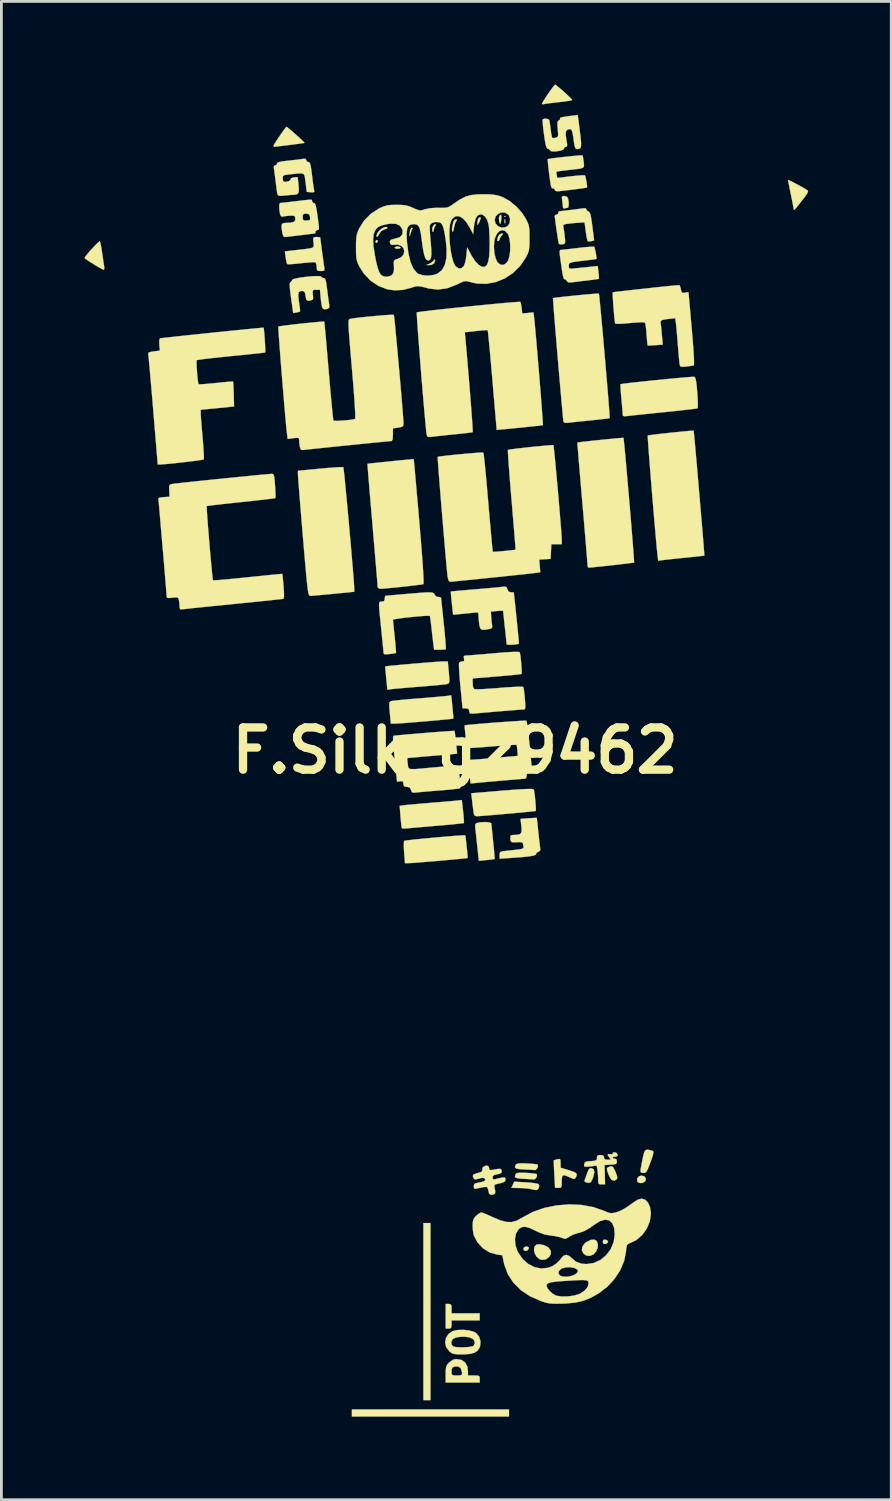
<source format=kicad_pcb>
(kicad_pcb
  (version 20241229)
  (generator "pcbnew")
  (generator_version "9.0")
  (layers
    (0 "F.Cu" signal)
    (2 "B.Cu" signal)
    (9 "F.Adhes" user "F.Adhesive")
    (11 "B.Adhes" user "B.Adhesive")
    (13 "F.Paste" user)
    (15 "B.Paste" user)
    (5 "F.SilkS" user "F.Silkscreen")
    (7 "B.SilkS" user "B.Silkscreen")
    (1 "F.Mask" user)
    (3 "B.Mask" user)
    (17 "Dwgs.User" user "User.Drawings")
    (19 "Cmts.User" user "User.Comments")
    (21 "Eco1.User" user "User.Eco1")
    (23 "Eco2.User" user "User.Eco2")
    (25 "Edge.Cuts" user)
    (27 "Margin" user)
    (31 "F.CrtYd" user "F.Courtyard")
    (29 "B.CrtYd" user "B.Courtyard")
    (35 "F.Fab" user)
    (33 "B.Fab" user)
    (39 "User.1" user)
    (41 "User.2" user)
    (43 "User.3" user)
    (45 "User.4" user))
  (footprint "F.Silk_g29462"
    (layer "F.Cu")
    (at 13.381 24.05)
    (property "Reference" "F.Silk_g29462" (at 0 0 0) (layer "F.SilkS") (effects (font (size 1.524 1.524) (thickness 0.3))))
    (attr through_hole)
    (fp_poly (pts (xy -0.889 23.453) (xy -1.143 23.453) (xy -1.143 17.06) (xy -0.889 17.06) (xy -0.889 23.453)) (stroke (width 0.01) (type solid)) (fill yes) (layer "F.SilkS"))
    (fp_poly (pts (xy 1.82 -19.283) (xy 1.799 -19.262) (xy 1.778 -19.283) (xy 1.799 -19.304) (xy 1.82 -19.283)) (stroke (width 0.01) (type solid)) (fill yes) (layer "F.SilkS"))
    (fp_poly (pts (xy 1.947 24.045) (xy -3.725 24.045) (xy -3.725 23.791) (xy 1.947 23.791) (xy 1.947 24.045)) (stroke (width 0.01) (type solid)) (fill yes) (layer "F.SilkS"))
    (fp_poly (pts (xy -2.8 -18.427) (xy -2.794 -18.396) (xy -2.816 -18.338) (xy -2.836 -18.33) (xy -2.877 -18.361) (xy -2.879 -18.37) (xy -2.848 -18.428) (xy -2.836 -18.436) (xy -2.8 -18.427)) (stroke (width 0.01) (type solid)) (fill yes) (layer "F.SilkS"))
    (fp_poly (pts (xy 1.805 -19.173) (xy 1.807 -19.166) (xy 1.814 -19.073) (xy 1.806 -19.039) (xy 1.792 -19.037) (xy 1.786 -19.103) (xy 1.786 -19.113) (xy 1.792 -19.179) (xy 1.805 -19.173)) (stroke (width 0.01) (type solid)) (fill yes) (layer "F.SilkS"))
    (fp_poly (pts (xy 2.654 17.931) (xy 2.659 17.981) (xy 2.616 18.046) (xy 2.543 18.07) (xy 2.481 18.041) (xy 2.478 18.036) (xy 2.47 17.965) (xy 2.529 17.916) (xy 2.588 17.907) (xy 2.654 17.931)) (stroke (width 0.01) (type solid)) (fill yes) (layer "F.SilkS"))
    (fp_poly (pts (xy -1.994 -18.183) (xy -1.968 -18.161) (xy -1.985 -18.131) (xy -2.068 -18.119) (xy -2.074 -18.119) (xy -2.16 -18.13) (xy -2.181 -18.159) (xy -2.18 -18.161) (xy -2.12 -18.197) (xy -2.074 -18.203) (xy -1.994 -18.183)) (stroke (width 0.01) (type solid)) (fill yes) (layer "F.SilkS"))
    (fp_poly (pts (xy -0.722 -17.71) (xy -0.721 -17.693) (xy -0.756 -17.595) (xy -0.852 -17.537) (xy -0.929 -17.529) (xy -1.037 -17.531) (xy -0.935 -17.572) (xy -0.833 -17.633) (xy -0.778 -17.686) (xy -0.735 -17.733) (xy -0.722 -17.71)) (stroke (width 0.01) (type solid)) (fill yes) (layer "F.SilkS"))
    (fp_poly (pts (xy 1.669 -19.31) (xy 1.67 -19.225) (xy 1.661 -19.124) (xy 1.644 -19.042) (xy 1.631 -19.016) (xy 1.613 -19.042) (xy 1.593 -19.108) (xy 1.583 -19.221) (xy 1.607 -19.31) (xy 1.655 -19.346) (xy 1.669 -19.31)) (stroke (width 0.01) (type solid)) (fill yes) (layer "F.SilkS"))
    (fp_poly (pts (xy 5.429 17.661) (xy 5.504 17.695) (xy 5.524 17.738) (xy 5.488 17.792) (xy 5.429 17.815) (xy 5.355 17.807) (xy 5.334 17.741) (xy 5.334 17.738) (xy 5.353 17.67) (xy 5.425 17.66) (xy 5.429 17.661)) (stroke (width 0.01) (type solid)) (fill yes) (layer "F.SilkS"))
    (fp_poly (pts (xy -1.534 -18.869) (xy -1.546 -18.837) (xy -1.58 -18.758) (xy -1.613 -18.652) (xy -1.633 -18.575) (xy -1.641 -18.571) (xy -1.64 -18.645) (xy -1.638 -18.687) (xy -1.618 -18.806) (xy -1.578 -18.869) (xy -1.571 -18.872) (xy -1.534 -18.869)) (stroke (width 0.01) (type solid)) (fill yes) (layer "F.SilkS"))
    (fp_poly (pts (xy -0.69 -18.988) (xy -0.71 -18.955) (xy -0.751 -18.873) (xy -0.772 -18.796) (xy -0.789 -18.728) (xy -0.81 -18.738) (xy -0.821 -18.761) (xy -0.828 -18.846) (xy -0.795 -18.938) (xy -0.74 -19) (xy -0.713 -19.008) (xy -0.69 -18.988)) (stroke (width 0.01) (type solid)) (fill yes) (layer "F.SilkS"))
    (fp_poly (pts (xy 0.916 -19.256) (xy 0.923 -19.213) (xy 0.894 -19.124) (xy 0.879 -19.092) (xy 0.832 -19.003) (xy 0.81 -18.985) (xy 0.805 -19.033) (xy 0.805 -19.05) (xy 0.822 -19.162) (xy 0.863 -19.239) (xy 0.915 -19.257) (xy 0.916 -19.256)) (stroke (width 0.01) (type solid)) (fill yes) (layer "F.SilkS"))
    (fp_poly (pts (xy 6.832 15.375) (xy 6.886 15.445) (xy 6.876 15.531) (xy 6.861 15.554) (xy 6.777 15.608) (xy 6.677 15.617) (xy 6.596 15.583) (xy 6.575 15.552) (xy 6.574 15.452) (xy 6.637 15.374) (xy 6.731 15.346) (xy 6.832 15.375)) (stroke (width 0.01) (type solid)) (fill yes) (layer "F.SilkS"))
    (fp_poly (pts (xy 1.725 -18.662) (xy 1.711 -18.628) (xy 1.679 -18.592) (xy 1.624 -18.514) (xy 1.609 -18.467) (xy 1.578 -18.402) (xy 1.566 -18.394) (xy 1.531 -18.404) (xy 1.524 -18.436) (xy 1.549 -18.548) (xy 1.609 -18.636) (xy 1.68 -18.669) (xy 1.725 -18.662)) (stroke (width 0.01) (type solid)) (fill yes) (layer "F.SilkS"))
    (fp_poly (pts (xy -2.461 -18.9) (xy -2.448 -18.89) (xy -2.452 -18.854) (xy -2.533 -18.825) (xy -2.536 -18.824) (xy -2.666 -18.758) (xy -2.73 -18.67) (xy -2.79 -18.569) (xy -2.826 -18.545) (xy -2.836 -18.587) (xy -2.807 -18.681) (xy -2.733 -18.776) (xy -2.636 -18.855) (xy -2.539 -18.902) (xy -2.461 -18.9)) (stroke (width 0.01) (type solid)) (fill yes) (layer "F.SilkS"))
    (fp_poly (pts (xy 0.072 -19.167) (xy 0.05 -19.122) (xy 0.039 -19.11) (xy -0.002 -19.026) (xy -0.035 -18.902) (xy -0.041 -18.866) (xy -0.062 -18.765) (xy -0.087 -18.733) (xy -0.097 -18.741) (xy -0.113 -18.808) (xy -0.099 -18.926) (xy -0.057 -19.103) (xy -0.008 -19.166) (xy 0.029 -19.177) (xy 0.072 -19.167)) (stroke (width 0.01) (type solid)) (fill yes) (layer "F.SilkS"))
    (fp_poly (pts (xy 5.117 17.713) (xy 5.156 17.83) (xy 5.15 17.939) (xy 5.095 18.087) (xy 4.996 18.192) (xy 4.873 18.244) (xy 4.745 18.236) (xy 4.639 18.165) (xy 4.579 18.044) (xy 4.595 17.914) (xy 4.683 17.792) (xy 4.737 17.75) (xy 4.898 17.669) (xy 5.028 17.658) (xy 5.117 17.713)) (stroke (width 0.01) (type solid)) (fill yes) (layer "F.SilkS"))
    (fp_poly (pts (xy -0.165 19.991) (xy -0.134 20.034) (xy -0.127 20.136) (xy -0.127 20.151) (xy -0.127 20.32) (xy 0.889 20.32) (xy 0.889 20.574) (xy -0.127 20.574) (xy -0.127 20.722) (xy -0.135 20.822) (xy -0.17 20.863) (xy -0.233 20.87) (xy -0.339 20.87) (xy -0.339 19.981) (xy -0.233 19.981) (xy -0.165 19.991)) (stroke (width 0.01) (type solid)) (fill yes) (layer "F.SilkS"))
    (fp_poly (pts (xy 3.204 17.857) (xy 3.336 17.918) (xy 3.379 17.952) (xy 3.459 18.068) (xy 3.454 18.188) (xy 3.397 18.28) (xy 3.27 18.375) (xy 3.13 18.389) (xy 3.048 18.36) (xy 2.947 18.276) (xy 2.879 18.16) (xy 2.85 18.033) (xy 2.865 17.92) (xy 2.927 17.845) (xy 2.944 17.837) (xy 3.06 17.827) (xy 3.204 17.857)) (stroke (width 0.01) (type solid)) (fill yes) (layer "F.SilkS"))
    (fp_poly (pts (xy 5.007 15.122) (xy 5.029 15.222) (xy 4.994 15.382) (xy 4.975 15.435) (xy 4.923 15.552) (xy 4.869 15.604) (xy 4.789 15.605) (xy 4.728 15.591) (xy 4.673 15.551) (xy 4.681 15.501) (xy 4.713 15.418) (xy 4.758 15.296) (xy 4.774 15.248) (xy 4.823 15.133) (xy 4.872 15.083) (xy 4.927 15.079) (xy 5.007 15.122)) (stroke (width 0.01) (type solid)) (fill yes) (layer "F.SilkS"))
    (fp_poly (pts (xy 2.554 15.59) (xy 2.737 15.604) (xy 2.888 15.623) (xy 2.988 15.643) (xy 3.015 15.655) (xy 3.039 15.727) (xy 3.015 15.81) (xy 2.959 15.865) (xy 2.929 15.87) (xy 2.837 15.856) (xy 2.731 15.833) (xy 2.621 15.815) (xy 2.464 15.801) (xy 2.319 15.795) (xy 2.034 15.79) (xy 2.085 15.679) (xy 2.135 15.567) (xy 2.554 15.59)) (stroke (width 0.01) (type solid)) (fill yes) (layer "F.SilkS"))
    (fp_poly (pts (xy 4.042 -19.995) (xy 4.08 -19.928) (xy 4.101 -19.806) (xy 4.103 -19.693) (xy 4.087 -19.617) (xy 4.067 -19.6) (xy 3.997 -19.586) (xy 3.962 -19.575) (xy 3.906 -19.578) (xy 3.894 -19.628) (xy 3.887 -19.721) (xy 3.87 -19.847) (xy 3.867 -19.865) (xy 3.855 -19.968) (xy 3.873 -20.013) (xy 3.933 -20.024) (xy 3.948 -20.024) (xy 4.042 -19.995)) (stroke (width 0.01) (type solid)) (fill yes) (layer "F.SilkS"))
    (fp_poly (pts (xy 5.713 15.057) (xy 5.77 15.162) (xy 5.789 15.205) (xy 5.843 15.345) (xy 5.856 15.432) (xy 5.837 15.479) (xy 5.751 15.533) (xy 5.662 15.505) (xy 5.636 15.48) (xy 5.58 15.391) (xy 5.528 15.276) (xy 5.493 15.165) (xy 5.483 15.087) (xy 5.49 15.07) (xy 5.557 15.032) (xy 5.609 15.013) (xy 5.665 15.013) (xy 5.713 15.057)) (stroke (width 0.01) (type solid)) (fill yes) (layer "F.SilkS"))
    (fp_poly (pts (xy 2.578 15.248) (xy 2.74 15.261) (xy 2.868 15.275) (xy 2.939 15.29) (xy 2.946 15.293) (xy 2.959 15.356) (xy 2.927 15.432) (xy 2.87 15.482) (xy 2.844 15.486) (xy 2.768 15.479) (xy 2.635 15.471) (xy 2.474 15.463) (xy 2.466 15.463) (xy 2.293 15.449) (xy 2.195 15.424) (xy 2.16 15.382) (xy 2.181 15.316) (xy 2.197 15.287) (xy 2.239 15.257) (xy 2.325 15.243) (xy 2.471 15.243) (xy 2.578 15.248)) (stroke (width 0.01) (type solid)) (fill yes) (layer "F.SilkS"))
    (fp_poly (pts (xy 2.598 14.909) (xy 2.765 14.92) (xy 2.897 14.933) (xy 2.972 14.944) (xy 2.982 14.948) (xy 2.994 15.01) (xy 2.964 15.088) (xy 2.911 15.142) (xy 2.884 15.147) (xy 2.81 15.141) (xy 2.678 15.133) (xy 2.514 15.125) (xy 2.487 15.124) (xy 2.308 15.111) (xy 2.203 15.089) (xy 2.162 15.05) (xy 2.174 14.989) (xy 2.197 14.949) (xy 2.238 14.92) (xy 2.322 14.905) (xy 2.466 14.904) (xy 2.598 14.909)) (stroke (width 0.01) (type solid)) (fill yes) (layer "F.SilkS"))
    (fp_poly (pts (xy 7.014 14.421) (xy 7.14 14.458) (xy 7.144 14.459) (xy 7.163 14.492) (xy 7.15 14.577) (xy 7.105 14.724) (xy 7.074 14.811) (xy 7.001 15.007) (xy 6.947 15.137) (xy 6.903 15.212) (xy 6.86 15.246) (xy 6.811 15.251) (xy 6.784 15.248) (xy 6.734 15.241) (xy 6.705 15.224) (xy 6.695 15.183) (xy 6.704 15.1) (xy 6.73 14.959) (xy 6.749 14.859) (xy 6.791 14.651) (xy 6.826 14.514) (xy 6.868 14.438) (xy 6.927 14.411) (xy 7.014 14.421)) (stroke (width 0.01) (type solid)) (fill yes) (layer "F.SilkS"))
    (fp_poly (pts (xy 3.654 -24.018) (xy 3.741 -23.949) (xy 3.854 -23.851) (xy 3.977 -23.742) (xy 4.091 -23.636) (xy 4.18 -23.549) (xy 4.226 -23.496) (xy 4.229 -23.49) (xy 4.192 -23.475) (xy 4.086 -23.456) (xy 3.93 -23.433) (xy 3.757 -23.413) (xy 3.558 -23.391) (xy 3.385 -23.369) (xy 3.257 -23.351) (xy 3.202 -23.34) (xy 3.145 -23.338) (xy 3.138 -23.357) (xy 3.175 -23.426) (xy 3.243 -23.536) (xy 3.33 -23.668) (xy 3.423 -23.803) (xy 3.509 -23.923) (xy 3.576 -24.01) (xy 3.61 -24.045) (xy 3.611 -24.045) (xy 3.654 -24.018)) (stroke (width 0.01) (type solid)) (fill yes) (layer "F.SilkS"))
    (fp_poly (pts (xy -12.808 -18.33) (xy -12.783 -18.213) (xy -12.756 -18.055) (xy -12.747 -17.992) (xy -12.72 -17.807) (xy -12.695 -17.638) (xy -12.676 -17.515) (xy -12.672 -17.494) (xy -12.666 -17.402) (xy -12.681 -17.359) (xy -12.685 -17.359) (xy -12.735 -17.38) (xy -12.839 -17.436) (xy -12.977 -17.517) (xy -13.048 -17.56) (xy -13.192 -17.65) (xy -13.304 -17.724) (xy -13.367 -17.772) (xy -13.376 -17.782) (xy -13.351 -17.83) (xy -13.285 -17.918) (xy -13.191 -18.029) (xy -13.084 -18.147) (xy -12.98 -18.257) (xy -12.893 -18.341) (xy -12.838 -18.384) (xy -12.827 -18.385) (xy -12.808 -18.33)) (stroke (width 0.01) (type solid)) (fill yes) (layer "F.SilkS"))
    (fp_poly (pts (xy -6.046 -22.495) (xy -5.962 -22.427) (xy -5.851 -22.331) (xy -5.728 -22.222) (xy -5.609 -22.114) (xy -5.511 -22.022) (xy -5.45 -21.959) (xy -5.437 -21.941) (xy -5.478 -21.933) (xy -5.584 -21.918) (xy -5.736 -21.897) (xy -5.915 -21.874) (xy -6.1 -21.85) (xy -6.274 -21.829) (xy -6.417 -21.813) (xy -6.51 -21.803) (xy -6.532 -21.802) (xy -6.557 -21.83) (xy -6.555 -21.838) (xy -6.519 -21.905) (xy -6.451 -22.013) (xy -6.365 -22.144) (xy -6.272 -22.279) (xy -6.186 -22.399) (xy -6.12 -22.486) (xy -6.086 -22.521) (xy -6.085 -22.521) (xy -6.046 -22.495)) (stroke (width 0.01) (type solid)) (fill yes) (layer "F.SilkS"))
    (fp_poly (pts (xy 1.21 2.591) (xy 1.293 2.616) (xy 1.312 2.641) (xy 1.317 2.703) (xy 1.328 2.832) (xy 1.346 3.011) (xy 1.368 3.224) (xy 1.376 3.304) (xy 1.398 3.52) (xy 1.415 3.702) (xy 1.426 3.837) (xy 1.43 3.909) (xy 1.429 3.917) (xy 1.385 3.925) (xy 1.279 3.938) (xy 1.138 3.953) (xy 0.858 3.98) (xy 0.81 3.525) (xy 0.786 3.31) (xy 0.764 3.101) (xy 0.745 2.928) (xy 0.736 2.853) (xy 0.725 2.725) (xy 0.734 2.656) (xy 0.77 2.623) (xy 0.811 2.61) (xy 0.945 2.587) (xy 1.086 2.581) (xy 1.21 2.591)) (stroke (width 0.01) (type solid)) (fill yes) (layer "F.SilkS"))
    (fp_poly (pts (xy 12.056 -20.593) (xy 12.144 -20.551) (xy 12.267 -20.487) (xy 12.406 -20.413) (xy 12.542 -20.338) (xy 12.655 -20.273) (xy 12.726 -20.228) (xy 12.731 -20.224) (xy 12.745 -20.184) (xy 12.712 -20.11) (xy 12.629 -19.99) (xy 12.583 -19.932) (xy 12.474 -19.795) (xy 12.378 -19.673) (xy 12.312 -19.591) (xy 12.309 -19.587) (xy 12.257 -19.529) (xy 12.235 -19.52) (xy 12.227 -19.57) (xy 12.205 -19.685) (xy 12.172 -19.85) (xy 12.132 -20.047) (xy 12.129 -20.066) (xy 12.088 -20.265) (xy 12.055 -20.431) (xy 12.032 -20.55) (xy 12.023 -20.603) (xy 12.023 -20.604) (xy 12.056 -20.593)) (stroke (width 0.01) (type solid)) (fill yes) (layer "F.SilkS"))
    (fp_poly (pts (xy 3.802 14.772) (xy 3.81 14.856) (xy 3.81 14.896) (xy 3.81 15.062) (xy 4.106 15.152) (xy 4.269 15.206) (xy 4.361 15.252) (xy 4.395 15.302) (xy 4.381 15.368) (xy 4.36 15.41) (xy 4.33 15.456) (xy 4.291 15.467) (xy 4.217 15.443) (xy 4.138 15.408) (xy 3.993 15.347) (xy 3.908 15.333) (xy 3.866 15.374) (xy 3.853 15.479) (xy 3.852 15.557) (xy 3.85 15.691) (xy 3.836 15.76) (xy 3.799 15.786) (xy 3.732 15.79) (xy 3.611 15.79) (xy 3.583 15.297) (xy 3.573 15.103) (xy 3.566 14.943) (xy 3.564 14.835) (xy 3.566 14.795) (xy 3.611 14.78) (xy 3.694 14.758) (xy 3.768 14.746) (xy 3.802 14.772)) (stroke (width 0.01) (type solid)) (fill yes) (layer "F.SilkS"))
    (fp_poly (pts (xy 2.819 1.393) (xy 2.839 1.402) (xy 2.854 1.459) (xy 2.871 1.573) (xy 2.888 1.721) (xy 2.903 1.88) (xy 2.914 2.025) (xy 2.918 2.133) (xy 2.913 2.181) (xy 2.913 2.181) (xy 2.869 2.188) (xy 2.755 2.2) (xy 2.584 2.217) (xy 2.37 2.238) (xy 2.127 2.26) (xy 1.869 2.283) (xy 1.609 2.306) (xy 1.362 2.327) (xy 1.141 2.346) (xy 0.96 2.36) (xy 0.832 2.369) (xy 0.777 2.371) (xy 0.717 2.355) (xy 0.682 2.295) (xy 0.663 2.191) (xy 0.643 2.039) (xy 0.621 1.859) (xy 0.612 1.776) (xy 0.585 1.541) (xy 1.698 1.449) (xy 2.073 1.419) (xy 2.368 1.399) (xy 2.588 1.388) (xy 2.737 1.386) (xy 2.819 1.393)) (stroke (width 0.01) (type solid)) (fill yes) (layer "F.SilkS"))
    (fp_poly (pts (xy -0.227 -2.826) (xy -0.211 -2.642) (xy -0.206 -2.525) (xy -0.214 -2.458) (xy -0.237 -2.424) (xy -0.275 -2.406) (xy -0.342 -2.394) (xy -0.478 -2.378) (xy -0.672 -2.358) (xy -0.908 -2.337) (xy -1.173 -2.315) (xy -1.249 -2.309) (xy -1.525 -2.287) (xy -1.781 -2.266) (xy -2.002 -2.247) (xy -2.173 -2.231) (xy -2.278 -2.22) (xy -2.291 -2.218) (xy -2.444 -2.196) (xy -2.485 -2.611) (xy -2.502 -2.788) (xy -2.514 -2.93) (xy -2.52 -3.017) (xy -2.52 -3.037) (xy -2.477 -3.044) (xy -2.364 -3.057) (xy -2.194 -3.074) (xy -1.982 -3.094) (xy -1.74 -3.115) (xy -1.484 -3.138) (xy -1.227 -3.159) (xy -0.983 -3.179) (xy -0.766 -3.196) (xy -0.59 -3.209) (xy -0.468 -3.216) (xy -0.427 -3.217) (xy -0.263 -3.217) (xy -0.227 -2.826)) (stroke (width 0.01) (type solid)) (fill yes) (layer "F.SilkS"))
    (fp_poly (pts (xy -0.097 -1.58) (xy -0.08 -1.403) (xy -0.068 -1.261) (xy -0.062 -1.174) (xy -0.063 -1.154) (xy -0.105 -1.147) (xy -0.219 -1.134) (xy -0.388 -1.117) (xy -0.601 -1.097) (xy -0.842 -1.076) (xy -1.098 -1.053) (xy -1.355 -1.032) (xy -1.599 -1.012) (xy -1.816 -0.995) (xy -1.993 -0.982) (xy -2.114 -0.975) (xy -2.155 -0.974) (xy -2.32 -0.974) (xy -2.356 -1.365) (xy -2.372 -1.549) (xy -2.376 -1.666) (xy -2.369 -1.733) (xy -2.346 -1.767) (xy -2.307 -1.785) (xy -2.241 -1.796) (xy -2.104 -1.812) (xy -1.91 -1.832) (xy -1.674 -1.853) (xy -1.409 -1.875) (xy -1.333 -1.881) (xy -1.058 -1.903) (xy -0.802 -1.925) (xy -0.581 -1.944) (xy -0.41 -1.96) (xy -0.305 -1.971) (xy -0.291 -1.973) (xy -0.138 -1.995) (xy -0.097 -1.58)) (stroke (width 0.01) (type solid)) (fill yes) (layer "F.SilkS"))
    (fp_poly (pts (xy 0.231 22.003) (xy 0.368 22.097) (xy 0.446 22.252) (xy 0.466 22.417) (xy 0.466 22.564) (xy 0.677 22.564) (xy 0.803 22.566) (xy 0.865 22.584) (xy 0.887 22.628) (xy 0.889 22.691) (xy 0.889 22.818) (xy -0.339 22.818) (xy -0.339 22.518) (xy -0.337 22.416) (xy -0.127 22.416) (xy -0.123 22.506) (xy -0.096 22.549) (xy -0.022 22.563) (xy 0.066 22.564) (xy 0.184 22.561) (xy 0.238 22.541) (xy 0.251 22.49) (xy 0.246 22.43) (xy 0.204 22.299) (xy 0.112 22.236) (xy -0.015 22.241) (xy -0.092 22.274) (xy -0.123 22.342) (xy -0.127 22.416) (xy -0.337 22.416) (xy -0.336 22.356) (xy -0.321 22.251) (xy -0.286 22.176) (xy -0.225 22.105) (xy -0.215 22.095) (xy -0.069 21.993) (xy 0.037 21.971) (xy 0.231 22.003)) (stroke (width 0.01) (type solid)) (fill yes) (layer "F.SilkS"))
    (fp_poly (pts (xy 0.289 2.192) (xy 0.307 2.368) (xy 0.318 2.51) (xy 0.321 2.598) (xy 0.318 2.617) (xy 0.273 2.625) (xy 0.156 2.639) (xy -0.021 2.658) (xy -0.246 2.679) (xy -0.505 2.702) (xy -0.622 2.712) (xy -0.905 2.736) (xy -1.17 2.759) (xy -1.402 2.779) (xy -1.585 2.795) (xy -1.704 2.806) (xy -1.726 2.808) (xy -1.84 2.814) (xy -1.912 2.806) (xy -1.923 2.799) (xy -1.933 2.748) (xy -1.947 2.632) (xy -1.962 2.473) (xy -1.97 2.385) (xy -2 1.996) (xy -1.815 1.972) (xy -1.714 1.961) (xy -1.545 1.945) (xy -1.327 1.926) (xy -1.076 1.904) (xy -0.826 1.884) (xy -0.564 1.863) (xy -0.324 1.842) (xy -0.12 1.825) (xy 0.03 1.811) (xy 0.111 1.802) (xy 0.243 1.785) (xy 0.289 2.192)) (stroke (width 0.01) (type solid)) (fill yes) (layer "F.SilkS"))
    (fp_poly (pts (xy 0.366 3.061) (xy 0.375 3.105) (xy 0.389 3.21) (xy 0.406 3.353) (xy 0.423 3.514) (xy 0.439 3.668) (xy 0.45 3.793) (xy 0.454 3.868) (xy 0.453 3.879) (xy 0.409 3.886) (xy 0.295 3.899) (xy 0.124 3.916) (xy -0.09 3.936) (xy -0.333 3.958) (xy -0.591 3.981) (xy -0.85 4.003) (xy -1.096 4.023) (xy -1.316 4.041) (xy -1.495 4.054) (xy -1.62 4.062) (xy -1.668 4.064) (xy -1.809 4.064) (xy -1.84 3.678) (xy -1.849 3.505) (xy -1.85 3.364) (xy -1.842 3.277) (xy -1.834 3.261) (xy -1.787 3.251) (xy -1.67 3.236) (xy -1.496 3.216) (xy -1.279 3.194) (xy -1.033 3.17) (xy -0.772 3.146) (xy -0.508 3.122) (xy -0.256 3.101) (xy -0.03 3.082) (xy 0.158 3.069) (xy 0.292 3.061) (xy 0.36 3.06) (xy 0.366 3.061)) (stroke (width 0.01) (type solid)) (fill yes) (layer "F.SilkS"))
    (fp_poly (pts (xy 0.506 20.939) (xy 0.673 20.983) (xy 0.751 21.025) (xy 0.864 21.157) (xy 0.918 21.327) (xy 0.904 21.505) (xy 0.89 21.546) (xy 0.817 21.663) (xy 0.706 21.74) (xy 0.541 21.785) (xy 0.311 21.801) (xy 0.257 21.802) (xy 0.082 21.799) (xy -0.032 21.787) (xy -0.113 21.76) (xy -0.184 21.711) (xy -0.217 21.682) (xy -0.322 21.539) (xy -0.358 21.374) (xy -0.354 21.354) (xy -0.14 21.354) (xy -0.121 21.458) (xy -0.067 21.515) (xy 0.006 21.535) (xy 0.134 21.546) (xy 0.29 21.547) (xy 0.447 21.54) (xy 0.579 21.525) (xy 0.66 21.503) (xy 0.669 21.497) (xy 0.717 21.399) (xy 0.689 21.296) (xy 0.626 21.233) (xy 0.509 21.186) (xy 0.349 21.164) (xy 0.178 21.168) (xy 0.025 21.195) (xy -0.079 21.246) (xy -0.084 21.25) (xy -0.14 21.354) (xy -0.354 21.354) (xy -0.329 21.21) (xy -0.24 21.068) (xy -0.095 20.967) (xy -0.061 20.954) (xy 0.109 20.921) (xy 0.308 20.917) (xy 0.506 20.939)) (stroke (width 0.01) (type solid)) (fill yes) (layer "F.SilkS"))
    (fp_poly (pts (xy -4.909 -18.537) (xy -4.868 -18.523) (xy -4.868 -18.522) (xy -4.863 -18.471) (xy -4.848 -18.356) (xy -4.828 -18.196) (xy -4.803 -18.012) (xy -4.777 -17.824) (xy -4.754 -17.652) (xy -4.734 -17.514) (xy -4.721 -17.432) (xy -4.721 -17.431) (xy -4.715 -17.353) (xy -4.749 -17.321) (xy -4.845 -17.314) (xy -4.848 -17.314) (xy -4.947 -17.321) (xy -4.987 -17.358) (xy -4.995 -17.451) (xy -4.995 -17.464) (xy -5.009 -17.568) (xy -5.042 -17.629) (xy -5.048 -17.632) (xy -5.11 -17.635) (xy -5.236 -17.628) (xy -5.407 -17.613) (xy -5.567 -17.595) (xy -5.757 -17.575) (xy -5.914 -17.563) (xy -6.022 -17.559) (xy -6.06 -17.565) (xy -6.081 -17.618) (xy -6.104 -17.726) (xy -6.116 -17.807) (xy -6.145 -18.024) (xy -5.708 -18.073) (xy -5.467 -18.1) (xy -5.299 -18.122) (xy -5.19 -18.143) (xy -5.129 -18.17) (xy -5.104 -18.208) (xy -5.102 -18.263) (xy -5.111 -18.341) (xy -5.112 -18.351) (xy -5.122 -18.468) (xy -5.11 -18.524) (xy -5.061 -18.541) (xy -5.001 -18.542) (xy -4.909 -18.537)) (stroke (width 0.01) (type solid)) (fill yes) (layer "F.SilkS"))
    (fp_poly (pts (xy 8.632 -13.495) (xy 8.661 -13.475) (xy 8.685 -13.419) (xy 8.705 -13.316) (xy 8.725 -13.151) (xy 8.744 -12.932) (xy 8.758 -12.726) (xy 8.765 -12.551) (xy 8.765 -12.424) (xy 8.757 -12.362) (xy 8.755 -12.359) (xy 8.706 -12.349) (xy 8.583 -12.332) (xy 8.399 -12.31) (xy 8.163 -12.283) (xy 7.888 -12.253) (xy 7.583 -12.222) (xy 7.546 -12.218) (xy 7.232 -12.187) (xy 6.937 -12.156) (xy 6.675 -12.129) (xy 6.459 -12.106) (xy 6.301 -12.088) (xy 6.214 -12.078) (xy 6.212 -12.078) (xy 6.107 -12.069) (xy 6.061 -12.089) (xy 6.054 -12.127) (xy 6.05 -12.196) (xy 6.039 -12.33) (xy 6.024 -12.509) (xy 6.006 -12.705) (xy 5.988 -12.902) (xy 5.977 -13.066) (xy 5.972 -13.181) (xy 5.974 -13.228) (xy 5.974 -13.228) (xy 6.02 -13.237) (xy 6.138 -13.253) (xy 6.315 -13.274) (xy 6.539 -13.299) (xy 6.798 -13.326) (xy 7.078 -13.356) (xy 7.369 -13.385) (xy 7.656 -13.413) (xy 7.929 -13.439) (xy 8.174 -13.462) (xy 8.378 -13.48) (xy 8.53 -13.491) (xy 8.618 -13.496) (xy 8.632 -13.495)) (stroke (width 0.01) (type solid)) (fill yes) (layer "F.SilkS"))
    (fp_poly (pts (xy -4.036 -10.23) (xy -4.035 -10.23) (xy -4.027 -10.184) (xy -4.013 -10.065) (xy -3.993 -9.88) (xy -3.969 -9.639) (xy -3.942 -9.353) (xy -3.911 -9.031) (xy -3.879 -8.682) (xy -3.845 -8.316) (xy -3.812 -7.944) (xy -3.779 -7.573) (xy -3.748 -7.215) (xy -3.719 -6.878) (xy -3.694 -6.573) (xy -3.672 -6.308) (xy -3.656 -6.095) (xy -3.646 -5.941) (xy -3.642 -5.862) (xy -3.641 -5.733) (xy -4.392 -5.659) (xy -4.641 -5.636) (xy -4.864 -5.615) (xy -5.048 -5.599) (xy -5.176 -5.589) (xy -5.229 -5.587) (xy -5.248 -5.59) (xy -5.265 -5.604) (xy -5.281 -5.635) (xy -5.296 -5.69) (xy -5.312 -5.775) (xy -5.328 -5.899) (xy -5.347 -6.067) (xy -5.369 -6.286) (xy -5.394 -6.563) (xy -5.424 -6.906) (xy -5.46 -7.319) (xy -5.495 -7.736) (xy -5.53 -8.158) (xy -5.563 -8.556) (xy -5.593 -8.922) (xy -5.619 -9.248) (xy -5.641 -9.526) (xy -5.658 -9.747) (xy -5.669 -9.903) (xy -5.674 -9.985) (xy -5.674 -9.993) (xy -5.673 -10.101) (xy -4.868 -10.179) (xy -4.615 -10.202) (xy -4.393 -10.219) (xy -4.213 -10.231) (xy -4.089 -10.234) (xy -4.036 -10.23)) (stroke (width 0.01) (type solid)) (fill yes) (layer "F.SilkS"))
    (fp_poly (pts (xy 2.949 2.43) (xy 2.955 2.471) (xy 2.968 2.58) (xy 2.985 2.739) (xy 3.003 2.921) (xy 3.025 3.126) (xy 3.045 3.31) (xy 3.063 3.45) (xy 3.073 3.519) (xy 3.074 3.607) (xy 3.021 3.649) (xy 3.007 3.653) (xy 2.941 3.692) (xy 2.93 3.73) (xy 2.914 3.761) (xy 2.847 3.788) (xy 2.722 3.813) (xy 2.531 3.836) (xy 2.267 3.859) (xy 2.043 3.875) (xy 1.609 3.905) (xy 1.609 3.776) (xy 1.613 3.703) (xy 1.64 3.661) (xy 1.71 3.639) (xy 1.842 3.622) (xy 1.852 3.621) (xy 2.095 3.595) (xy 2.266 3.575) (xy 2.378 3.558) (xy 2.441 3.54) (xy 2.469 3.516) (xy 2.473 3.483) (xy 2.466 3.437) (xy 2.464 3.423) (xy 2.448 3.349) (xy 2.414 3.313) (xy 2.339 3.304) (xy 2.228 3.308) (xy 2.1 3.313) (xy 2.035 3.3) (xy 2.008 3.258) (xy 1.998 3.184) (xy 1.995 3.095) (xy 2.024 3.057) (xy 2.11 3.048) (xy 2.146 3.047) (xy 2.288 3.038) (xy 2.369 3.002) (xy 2.402 2.922) (xy 2.4 2.781) (xy 2.393 2.72) (xy 2.364 2.466) (xy 2.653 2.446) (xy 2.798 2.436) (xy 2.904 2.431) (xy 2.948 2.43) (xy 2.949 2.43)) (stroke (width 0.01) (type solid)) (fill yes) (layer "F.SilkS"))
    (fp_poly (pts (xy 4.741 -19.539) (xy 4.776 -19.482) (xy 4.815 -19.465) (xy 4.848 -19.445) (xy 4.876 -19.391) (xy 4.902 -19.289) (xy 4.929 -19.126) (xy 4.955 -18.936) (xy 5.021 -18.42) (xy 4.919 -18.394) (xy 4.831 -18.384) (xy 4.789 -18.395) (xy 4.771 -18.446) (xy 4.748 -18.56) (xy 4.724 -18.712) (xy 4.719 -18.746) (xy 4.676 -19.071) (xy 4.508 -19.062) (xy 4.362 -19.052) (xy 4.188 -19.035) (xy 4.113 -19.027) (xy 3.983 -19.008) (xy 3.919 -18.985) (xy 3.903 -18.946) (xy 3.91 -18.909) (xy 3.926 -18.818) (xy 3.946 -18.677) (xy 3.96 -18.558) (xy 3.974 -18.416) (xy 3.972 -18.337) (xy 3.948 -18.299) (xy 3.894 -18.282) (xy 3.875 -18.278) (xy 3.784 -18.277) (xy 3.744 -18.304) (xy 3.732 -18.36) (xy 3.713 -18.479) (xy 3.688 -18.639) (xy 3.662 -18.82) (xy 3.636 -18.999) (xy 3.616 -19.155) (xy 3.602 -19.268) (xy 3.598 -19.311) (xy 3.633 -19.342) (xy 3.662 -19.346) (xy 3.718 -19.38) (xy 3.725 -19.41) (xy 3.743 -19.466) (xy 3.758 -19.473) (xy 3.821 -19.478) (xy 3.944 -19.492) (xy 4.104 -19.51) (xy 4.277 -19.531) (xy 4.439 -19.552) (xy 4.567 -19.569) (xy 4.625 -19.578) (xy 4.715 -19.579) (xy 4.741 -19.539)) (stroke (width 0.01) (type solid)) (fill yes) (layer "F.SilkS"))
    (fp_poly (pts (xy -1.489 -10.48) (xy -1.478 -10.362) (xy -1.46 -10.175) (xy -1.438 -9.926) (xy -1.411 -9.625) (xy -1.381 -9.278) (xy -1.347 -8.893) (xy -1.311 -8.478) (xy -1.294 -8.277) (xy -1.246 -7.707) (xy -1.206 -7.219) (xy -1.176 -6.812) (xy -1.154 -6.488) (xy -1.141 -6.248) (xy -1.137 -6.09) (xy -1.142 -6.016) (xy -1.145 -6.01) (xy -1.196 -5.999) (xy -1.316 -5.982) (xy -1.486 -5.961) (xy -1.692 -5.937) (xy -1.916 -5.913) (xy -2.141 -5.889) (xy -2.352 -5.869) (xy -2.532 -5.853) (xy -2.665 -5.843) (xy -2.72 -5.841) (xy -2.783 -5.877) (xy -2.795 -5.916) (xy -2.799 -5.972) (xy -2.809 -6.103) (xy -2.825 -6.303) (xy -2.847 -6.562) (xy -2.873 -6.873) (xy -2.903 -7.227) (xy -2.936 -7.616) (xy -2.971 -8.032) (xy -2.983 -8.169) (xy -3.019 -8.589) (xy -3.053 -8.983) (xy -3.083 -9.342) (xy -3.109 -9.659) (xy -3.131 -9.926) (xy -3.147 -10.135) (xy -3.158 -10.279) (xy -3.162 -10.348) (xy -3.162 -10.354) (xy -3.119 -10.36) (xy -3.008 -10.372) (xy -2.844 -10.39) (xy -2.642 -10.411) (xy -2.419 -10.434) (xy -2.19 -10.457) (xy -1.97 -10.479) (xy -1.775 -10.498) (xy -1.62 -10.512) (xy -1.522 -10.521) (xy -1.494 -10.522) (xy -1.489 -10.48)) (stroke (width 0.01) (type solid)) (fill yes) (layer "F.SilkS"))
    (fp_poly (pts (xy 8.614 -11.548) (xy 8.62 -11.505) (xy 8.631 -11.387) (xy 8.648 -11.204) (xy 8.67 -10.965) (xy 8.695 -10.679) (xy 8.724 -10.357) (xy 8.754 -10.006) (xy 8.786 -9.638) (xy 8.818 -9.261) (xy 8.85 -8.885) (xy 8.881 -8.519) (xy 8.91 -8.173) (xy 8.937 -7.857) (xy 8.96 -7.578) (xy 8.978 -7.348) (xy 8.992 -7.176) (xy 8.999 -7.07) (xy 9 -7.04) (xy 8.958 -7.034) (xy 8.846 -7.02) (xy 8.679 -7.002) (xy 8.471 -6.98) (xy 8.339 -6.967) (xy 8.097 -6.942) (xy 7.871 -6.918) (xy 7.68 -6.898) (xy 7.545 -6.882) (xy 7.509 -6.878) (xy 7.334 -6.854) (xy 7.308 -7.078) (xy 7.293 -7.216) (xy 7.274 -7.415) (xy 7.251 -7.668) (xy 7.225 -7.963) (xy 7.196 -8.292) (xy 7.166 -8.646) (xy 7.136 -9.013) (xy 7.105 -9.385) (xy 7.075 -9.752) (xy 7.047 -10.104) (xy 7.021 -10.432) (xy 6.998 -10.726) (xy 6.98 -10.977) (xy 6.966 -11.174) (xy 6.958 -11.308) (xy 6.956 -11.37) (xy 6.957 -11.373) (xy 7.002 -11.383) (xy 7.116 -11.399) (xy 7.282 -11.42) (xy 7.484 -11.443) (xy 7.708 -11.468) (xy 7.937 -11.492) (xy 8.155 -11.513) (xy 8.348 -11.531) (xy 8.498 -11.544) (xy 8.592 -11.549) (xy 8.614 -11.548)) (stroke (width 0.01) (type solid)) (fill yes) (layer "F.SilkS"))
    (fp_poly (pts (xy 5.192 -16.497) (xy 5.199 -16.452) (xy 5.213 -16.333) (xy 5.231 -16.148) (xy 5.254 -15.908) (xy 5.281 -15.622) (xy 5.31 -15.298) (xy 5.342 -14.947) (xy 5.374 -14.579) (xy 5.407 -14.202) (xy 5.439 -13.827) (xy 5.47 -13.462) (xy 5.499 -13.117) (xy 5.525 -12.802) (xy 5.547 -12.526) (xy 5.564 -12.299) (xy 5.576 -12.13) (xy 5.581 -12.028) (xy 5.581 -12.002) (xy 5.536 -11.994) (xy 5.422 -11.979) (xy 5.252 -11.959) (xy 5.041 -11.937) (xy 4.889 -11.921) (xy 4.648 -11.896) (xy 4.425 -11.873) (xy 4.241 -11.854) (xy 4.113 -11.839) (xy 4.072 -11.834) (xy 3.964 -11.835) (xy 3.916 -11.866) (xy 3.909 -11.917) (xy 3.896 -12.042) (xy 3.878 -12.232) (xy 3.856 -12.476) (xy 3.83 -12.765) (xy 3.801 -13.091) (xy 3.771 -13.443) (xy 3.739 -13.811) (xy 3.707 -14.187) (xy 3.675 -14.561) (xy 3.645 -14.923) (xy 3.617 -15.263) (xy 3.592 -15.573) (xy 3.57 -15.843) (xy 3.553 -16.063) (xy 3.542 -16.223) (xy 3.536 -16.314) (xy 3.536 -16.332) (xy 3.581 -16.343) (xy 3.695 -16.359) (xy 3.861 -16.379) (xy 4.064 -16.401) (xy 4.288 -16.424) (xy 4.517 -16.447) (xy 4.735 -16.467) (xy 4.928 -16.484) (xy 5.078 -16.495) (xy 5.17 -16.499) (xy 5.192 -16.497)) (stroke (width 0.01) (type solid)) (fill yes) (layer "F.SilkS"))
    (fp_poly (pts (xy 6.081 -11.29) (xy 6.088 -11.246) (xy 6.1 -11.127) (xy 6.118 -10.943) (xy 6.141 -10.703) (xy 6.167 -10.417) (xy 6.195 -10.093) (xy 6.226 -9.743) (xy 6.258 -9.374) (xy 6.29 -8.997) (xy 6.322 -8.621) (xy 6.352 -8.256) (xy 6.381 -7.911) (xy 6.406 -7.595) (xy 6.428 -7.318) (xy 6.445 -7.089) (xy 6.457 -6.919) (xy 6.463 -6.816) (xy 6.463 -6.788) (xy 6.42 -6.78) (xy 6.309 -6.766) (xy 6.144 -6.746) (xy 5.943 -6.722) (xy 5.72 -6.697) (xy 5.491 -6.672) (xy 5.272 -6.648) (xy 5.079 -6.628) (xy 4.927 -6.613) (xy 4.833 -6.605) (xy 4.815 -6.605) (xy 4.79 -6.64) (xy 4.783 -6.699) (xy 4.779 -6.759) (xy 4.769 -6.895) (xy 4.752 -7.098) (xy 4.731 -7.361) (xy 4.705 -7.674) (xy 4.675 -8.03) (xy 4.642 -8.421) (xy 4.606 -8.837) (xy 4.596 -8.953) (xy 4.56 -9.372) (xy 4.527 -9.763) (xy 4.497 -10.121) (xy 4.47 -10.436) (xy 4.449 -10.701) (xy 4.432 -10.908) (xy 4.421 -11.049) (xy 4.417 -11.116) (xy 4.417 -11.12) (xy 4.461 -11.128) (xy 4.574 -11.143) (xy 4.738 -11.162) (xy 4.94 -11.184) (xy 5.164 -11.207) (xy 5.393 -11.23) (xy 5.613 -11.252) (xy 5.807 -11.27) (xy 5.959 -11.284) (xy 6.055 -11.29) (xy 6.081 -11.29)) (stroke (width 0.01) (type solid)) (fill yes) (layer "F.SilkS"))
    (fp_poly (pts (xy 4.601 -21.491) (xy 4.615 -21.443) (xy 4.632 -21.338) (xy 4.642 -21.259) (xy 4.654 -21.167) (xy 4.653 -21.101) (xy 4.63 -21.057) (xy 4.57 -21.026) (xy 4.463 -21.004) (xy 4.295 -20.983) (xy 4.069 -20.958) (xy 3.896 -20.939) (xy 3.758 -20.921) (xy 3.675 -20.908) (xy 3.66 -20.903) (xy 3.658 -20.858) (xy 3.669 -20.783) (xy 3.69 -20.674) (xy 4.177 -20.733) (xy 4.371 -20.754) (xy 4.533 -20.767) (xy 4.645 -20.772) (xy 4.689 -20.768) (xy 4.707 -20.718) (xy 4.729 -20.618) (xy 4.75 -20.5) (xy 4.764 -20.394) (xy 4.765 -20.334) (xy 4.764 -20.329) (xy 4.72 -20.32) (xy 4.612 -20.303) (xy 4.458 -20.282) (xy 4.278 -20.259) (xy 4.092 -20.236) (xy 3.918 -20.216) (xy 3.777 -20.201) (xy 3.687 -20.193) (xy 3.674 -20.193) (xy 3.61 -20.222) (xy 3.598 -20.255) (xy 3.569 -20.298) (xy 3.54 -20.295) (xy 3.491 -20.311) (xy 3.458 -20.406) (xy 3.457 -20.413) (xy 3.434 -20.555) (xy 3.41 -20.728) (xy 3.387 -20.911) (xy 3.367 -21.085) (xy 3.353 -21.23) (xy 3.347 -21.326) (xy 3.349 -21.354) (xy 3.396 -21.365) (xy 3.508 -21.381) (xy 3.668 -21.402) (xy 3.856 -21.424) (xy 4.055 -21.446) (xy 4.247 -21.466) (xy 4.414 -21.481) (xy 4.537 -21.491) (xy 4.598 -21.492) (xy 4.601 -21.491)) (stroke (width 0.01) (type solid)) (fill yes) (layer "F.SilkS"))
    (fp_poly (pts (xy 5.812 14.521) (xy 5.847 14.547) (xy 5.878 14.607) (xy 5.841 14.648) (xy 5.773 14.67) (xy 5.752 14.665) (xy 5.705 14.675) (xy 5.694 14.689) (xy 5.707 14.723) (xy 5.755 14.732) (xy 5.823 14.756) (xy 5.842 14.836) (xy 5.834 14.897) (xy 5.797 14.93) (xy 5.71 14.946) (xy 5.62 14.952) (xy 5.397 14.965) (xy 5.407 15.314) (xy 5.416 15.663) (xy 5.29 15.663) (xy 5.215 15.658) (xy 5.178 15.629) (xy 5.166 15.553) (xy 5.165 15.457) (xy 5.159 15.302) (xy 5.145 15.159) (xy 5.138 15.119) (xy 5.112 14.986) (xy 4.88 15.014) (xy 4.749 15.027) (xy 4.681 15.024) (xy 4.66 14.996) (xy 4.663 14.939) (xy 4.681 14.879) (xy 4.728 14.846) (xy 4.826 14.83) (xy 4.9 14.825) (xy 5.03 14.814) (xy 5.096 14.793) (xy 5.12 14.751) (xy 5.122 14.709) (xy 5.136 14.634) (xy 5.196 14.607) (xy 5.249 14.605) (xy 5.342 14.618) (xy 5.375 14.668) (xy 5.376 14.69) (xy 5.395 14.75) (xy 5.466 14.773) (xy 5.51 14.774) (xy 5.598 14.77) (xy 5.614 14.749) (xy 5.573 14.697) (xy 5.512 14.612) (xy 5.522 14.571) (xy 5.605 14.572) (xy 5.608 14.573) (xy 5.679 14.577) (xy 5.693 14.561) (xy 5.696 14.521) (xy 5.747 14.506) (xy 5.812 14.521)) (stroke (width 0.01) (type solid)) (fill yes) (layer "F.SilkS"))
    (fp_poly (pts (xy 5.02 -18.19) (xy 5.025 -18.187) (xy 5.043 -18.138) (xy 5.066 -18.039) (xy 5.089 -17.922) (xy 5.104 -17.816) (xy 5.107 -17.755) (xy 5.106 -17.75) (xy 5.063 -17.742) (xy 4.956 -17.727) (xy 4.801 -17.707) (xy 4.698 -17.695) (xy 4.464 -17.667) (xy 4.302 -17.645) (xy 4.198 -17.624) (xy 4.14 -17.6) (xy 4.114 -17.568) (xy 4.107 -17.525) (xy 4.106 -17.498) (xy 4.11 -17.436) (xy 4.135 -17.406) (xy 4.201 -17.399) (xy 4.329 -17.41) (xy 4.35 -17.412) (xy 4.532 -17.431) (xy 4.742 -17.452) (xy 4.872 -17.466) (xy 5.152 -17.494) (xy 5.178 -17.269) (xy 5.191 -17.142) (xy 5.196 -17.056) (xy 5.194 -17.033) (xy 5.15 -17.024) (xy 5.042 -17.008) (xy 4.888 -16.988) (xy 4.804 -16.978) (xy 4.607 -16.955) (xy 4.42 -16.932) (xy 4.275 -16.914) (xy 4.244 -16.91) (xy 4.121 -16.901) (xy 4.058 -16.922) (xy 4.038 -16.952) (xy 3.988 -17.01) (xy 3.959 -17.018) (xy 3.939 -17.025) (xy 3.921 -17.052) (xy 3.903 -17.109) (xy 3.883 -17.208) (xy 3.858 -17.359) (xy 3.828 -17.571) (xy 3.788 -17.855) (xy 3.783 -17.896) (xy 3.774 -18.018) (xy 3.794 -18.071) (xy 3.812 -18.076) (xy 3.872 -18.081) (xy 3.998 -18.094) (xy 4.175 -18.114) (xy 4.383 -18.139) (xy 4.432 -18.145) (xy 4.642 -18.168) (xy 4.821 -18.184) (xy 4.953 -18.192) (xy 5.02 -18.19)) (stroke (width 0.01) (type solid)) (fill yes) (layer "F.SilkS"))
    (fp_poly (pts (xy -4.85 -17.12) (xy -4.835 -17.108) (xy -4.785 -17.067) (xy -4.744 -17.06) (xy -4.709 -17.048) (xy -4.681 -17.003) (xy -4.658 -16.911) (xy -4.634 -16.757) (xy -4.617 -16.626) (xy -4.593 -16.431) (xy -4.57 -16.258) (xy -4.551 -16.129) (xy -4.543 -16.082) (xy -4.541 -15.998) (xy -4.593 -15.955) (xy -4.638 -15.942) (xy -4.716 -15.931) (xy -4.77 -15.954) (xy -4.805 -16.023) (xy -4.83 -16.153) (xy -4.849 -16.328) (xy -4.878 -16.637) (xy -5.016 -16.637) (xy -5.101 -16.633) (xy -5.138 -16.606) (xy -5.142 -16.533) (xy -5.133 -16.452) (xy -5.124 -16.337) (xy -5.14 -16.28) (xy -5.194 -16.256) (xy -5.241 -16.248) (xy -5.321 -16.242) (xy -5.364 -16.27) (xy -5.387 -16.351) (xy -5.396 -16.412) (xy -5.42 -16.527) (xy -5.456 -16.581) (xy -5.521 -16.595) (xy -5.528 -16.595) (xy -5.604 -16.582) (xy -5.648 -16.536) (xy -5.662 -16.442) (xy -5.65 -16.287) (xy -5.633 -16.168) (xy -5.611 -16.019) (xy -5.598 -15.907) (xy -5.597 -15.855) (xy -5.597 -15.854) (xy -5.644 -15.837) (xy -5.727 -15.817) (xy -5.807 -15.801) (xy -5.845 -15.8) (xy -5.845 -15.8) (xy -5.852 -15.844) (xy -5.867 -15.955) (xy -5.89 -16.119) (xy -5.918 -16.317) (xy -5.922 -16.35) (xy -5.952 -16.578) (xy -5.968 -16.735) (xy -5.971 -16.834) (xy -5.961 -16.888) (xy -5.94 -16.909) (xy -5.889 -16.964) (xy -5.884 -16.989) (xy -5.845 -17.018) (xy -5.741 -17.047) (xy -5.592 -17.076) (xy -5.417 -17.1) (xy -5.235 -17.119) (xy -5.067 -17.13) (xy -4.933 -17.131) (xy -4.85 -17.12)) (stroke (width 0.01) (type solid)) (fill yes) (layer "F.SilkS"))
    (fp_poly (pts (xy 1.216 15.02) (xy 1.228 15.075) (xy 1.237 15.132) (xy 1.279 15.149) (xy 1.379 15.135) (xy 1.386 15.134) (xy 1.537 15.107) (xy 1.624 15.103) (xy 1.667 15.124) (xy 1.684 15.174) (xy 1.685 15.181) (xy 1.68 15.241) (xy 1.628 15.276) (xy 1.526 15.298) (xy 1.413 15.325) (xy 1.363 15.368) (xy 1.355 15.415) (xy 1.37 15.478) (xy 1.43 15.482) (xy 1.45 15.476) (xy 1.562 15.448) (xy 1.683 15.423) (xy 1.777 15.413) (xy 1.815 15.439) (xy 1.82 15.486) (xy 1.811 15.54) (xy 1.771 15.578) (xy 1.683 15.609) (xy 1.535 15.642) (xy 1.442 15.67) (xy 1.414 15.714) (xy 1.423 15.774) (xy 1.451 15.912) (xy 1.444 15.99) (xy 1.397 16.027) (xy 1.346 16.036) (xy 1.269 16.035) (xy 1.228 15.992) (xy 1.203 15.894) (xy 1.179 15.793) (xy 1.139 15.755) (xy 1.054 15.759) (xy 1.021 15.765) (xy 0.889 15.79) (xy 0.778 15.815) (xy 0.773 15.816) (xy 0.702 15.823) (xy 0.679 15.773) (xy 0.677 15.734) (xy 0.687 15.666) (xy 0.732 15.627) (xy 0.834 15.603) (xy 0.868 15.598) (xy 1.02 15.562) (xy 1.09 15.514) (xy 1.076 15.454) (xy 1.067 15.443) (xy 0.993 15.424) (xy 0.867 15.452) (xy 0.758 15.481) (xy 0.699 15.474) (xy 0.673 15.446) (xy 0.639 15.362) (xy 0.671 15.305) (xy 0.778 15.264) (xy 0.815 15.255) (xy 0.93 15.222) (xy 0.978 15.181) (xy 0.981 15.138) (xy 1.001 15.048) (xy 1.087 14.995) (xy 1.154 14.987) (xy 1.216 15.02)) (stroke (width 0.01) (type solid)) (fill yes) (layer "F.SilkS"))
    (fp_poly (pts (xy 4.504 -22.368) (xy 4.534 -22.122) (xy 4.55 -21.947) (xy 4.549 -21.832) (xy 4.53 -21.763) (xy 4.49 -21.73) (xy 4.428 -21.718) (xy 4.397 -21.718) (xy 4.348 -21.744) (xy 4.315 -21.832) (xy 4.301 -21.918) (xy 4.269 -22.144) (xy 4.243 -22.297) (xy 4.216 -22.39) (xy 4.182 -22.433) (xy 4.135 -22.44) (xy 4.069 -22.42) (xy 4.044 -22.41) (xy 4.004 -22.359) (xy 3.995 -22.244) (xy 4.016 -22.059) (xy 4.046 -21.897) (xy 4.042 -21.82) (xy 4.001 -21.802) (xy 3.945 -21.771) (xy 3.937 -21.743) (xy 3.898 -21.695) (xy 3.794 -21.658) (xy 3.643 -21.636) (xy 3.551 -21.632) (xy 3.464 -21.644) (xy 3.429 -21.672) (xy 3.394 -21.712) (xy 3.355 -21.725) (xy 3.321 -21.745) (xy 3.292 -21.8) (xy 3.266 -21.902) (xy 3.238 -22.065) (xy 3.212 -22.247) (xy 3.186 -22.446) (xy 3.169 -22.613) (xy 3.16 -22.732) (xy 3.161 -22.786) (xy 3.161 -22.786) (xy 3.219 -22.815) (xy 3.308 -22.813) (xy 3.383 -22.783) (xy 3.399 -22.762) (xy 3.414 -22.693) (xy 3.433 -22.567) (xy 3.451 -22.422) (xy 3.47 -22.277) (xy 3.492 -22.168) (xy 3.511 -22.121) (xy 3.572 -22.116) (xy 3.638 -22.127) (xy 3.689 -22.146) (xy 3.715 -22.182) (xy 3.721 -22.255) (xy 3.712 -22.385) (xy 3.707 -22.438) (xy 3.695 -22.594) (xy 3.698 -22.685) (xy 3.72 -22.732) (xy 3.747 -22.749) (xy 3.793 -22.79) (xy 3.79 -22.815) (xy 3.79 -22.838) (xy 3.829 -22.858) (xy 3.919 -22.878) (xy 4.072 -22.901) (xy 4.236 -22.923) (xy 4.429 -22.947) (xy 4.504 -22.368)) (stroke (width 0.01) (type solid)) (fill yes) (layer "F.SilkS"))
    (fp_poly (pts (xy -5.377 -21.327) (xy -5.376 -21.318) (xy -5.342 -21.262) (xy -5.3 -21.251) (xy -5.264 -21.241) (xy -5.237 -21.2) (xy -5.214 -21.114) (xy -5.191 -20.97) (xy -5.169 -20.796) (xy -5.145 -20.599) (xy -5.121 -20.424) (xy -5.102 -20.295) (xy -5.092 -20.243) (xy -5.085 -20.177) (xy -5.121 -20.154) (xy -5.212 -20.158) (xy -5.355 -20.172) (xy -5.398 -20.511) (xy -5.416 -20.66) (xy -5.435 -20.759) (xy -5.469 -20.816) (xy -5.535 -20.84) (xy -5.646 -20.839) (xy -5.82 -20.821) (xy -5.937 -20.809) (xy -6.088 -20.791) (xy -6.174 -20.772) (xy -6.212 -20.741) (xy -6.223 -20.688) (xy -6.223 -20.655) (xy -6.21 -20.565) (xy -6.159 -20.534) (xy -6.128 -20.532) (xy -6.02 -20.55) (xy -5.947 -20.593) (xy -5.934 -20.642) (xy -5.907 -20.672) (xy -5.824 -20.692) (xy -5.815 -20.693) (xy -5.683 -20.706) (xy -5.653 -20.422) (xy -5.64 -20.249) (xy -5.655 -20.143) (xy -5.704 -20.088) (xy -5.796 -20.068) (xy -5.842 -20.066) (xy -5.946 -20.061) (xy -6.091 -20.047) (xy -6.169 -20.039) (xy -6.308 -20.028) (xy -6.383 -20.04) (xy -6.41 -20.071) (xy -6.423 -20.137) (xy -6.443 -20.265) (xy -6.464 -20.433) (xy -6.476 -20.532) (xy -6.499 -20.718) (xy -6.52 -20.881) (xy -6.537 -20.997) (xy -6.543 -21.029) (xy -6.54 -21.106) (xy -6.499 -21.124) (xy -6.442 -21.156) (xy -6.435 -21.184) (xy -6.42 -21.217) (xy -6.37 -21.243) (xy -6.271 -21.267) (xy -6.113 -21.289) (xy -5.882 -21.314) (xy -5.863 -21.316) (xy -5.704 -21.334) (xy -5.561 -21.352) (xy -5.493 -21.363) (xy -5.405 -21.367) (xy -5.377 -21.327)) (stroke (width 0.01) (type solid)) (fill yes) (layer "F.SilkS"))
    (fp_poly (pts (xy 1.853 -5.901) (xy 1.881 -5.846) (xy 1.887 -5.823) (xy 1.934 -5.737) (xy 2.015 -5.715) (xy 2.094 -5.711) (xy 2.119 -5.704) (xy 2.126 -5.65) (xy 2.14 -5.528) (xy 2.159 -5.354) (xy 2.181 -5.143) (xy 2.205 -4.909) (xy 2.23 -4.668) (xy 2.253 -4.434) (xy 2.274 -4.222) (xy 2.291 -4.046) (xy 2.302 -3.922) (xy 2.306 -3.864) (xy 2.306 -3.862) (xy 2.258 -3.844) (xy 2.161 -3.831) (xy 2.044 -3.822) (xy 1.937 -3.821) (xy 1.871 -3.829) (xy 1.862 -3.836) (xy 1.857 -3.89) (xy 1.845 -4.011) (xy 1.827 -4.183) (xy 1.805 -4.39) (xy 1.799 -4.445) (xy 1.776 -4.656) (xy 1.757 -4.835) (xy 1.744 -4.966) (xy 1.737 -5.034) (xy 1.737 -5.039) (xy 1.698 -5.047) (xy 1.6 -5.046) (xy 1.514 -5.039) (xy 1.293 -5.016) (xy 1.304 -4.826) (xy 1.316 -4.681) (xy 1.332 -4.552) (xy 1.337 -4.525) (xy 1.341 -4.446) (xy 1.297 -4.406) (xy 1.224 -4.387) (xy 1.063 -4.36) (xy 0.964 -4.365) (xy 0.91 -4.41) (xy 0.882 -4.505) (xy 0.874 -4.557) (xy 0.857 -4.707) (xy 0.847 -4.843) (xy 0.847 -4.877) (xy 0.842 -4.954) (xy 0.811 -4.985) (xy 0.732 -4.986) (xy 0.667 -4.978) (xy 0.525 -4.962) (xy 0.344 -4.944) (xy 0.208 -4.931) (xy -0.071 -4.905) (xy -0.116 -5.321) (xy -0.134 -5.497) (xy -0.147 -5.637) (xy -0.154 -5.724) (xy -0.154 -5.742) (xy -0.112 -5.747) (xy 0.001 -5.758) (xy 0.173 -5.774) (xy 0.391 -5.792) (xy 0.642 -5.814) (xy 0.677 -5.817) (xy 0.946 -5.839) (xy 1.197 -5.862) (xy 1.415 -5.881) (xy 1.581 -5.897) (xy 1.681 -5.908) (xy 1.681 -5.908) (xy 1.795 -5.918) (xy 1.853 -5.901)) (stroke (width 0.01) (type solid)) (fill yes) (layer "F.SilkS"))
    (fp_poly (pts (xy 2.578 -1.077) (xy 2.59 -1.029) (xy 2.608 -0.911) (xy 2.63 -0.739) (xy 2.655 -0.528) (xy 2.68 -0.293) (xy 2.705 -0.049) (xy 2.728 0.188) (xy 2.747 0.404) (xy 2.761 0.583) (xy 2.768 0.71) (xy 2.767 0.77) (xy 2.766 0.772) (xy 2.713 0.799) (xy 2.665 0.804) (xy 2.6 0.83) (xy 2.582 0.91) (xy 2.566 0.99) (xy 2.535 1.016) (xy 2.478 1.02) (xy 2.353 1.029) (xy 2.174 1.044) (xy 1.958 1.062) (xy 1.721 1.082) (xy 1.477 1.104) (xy 1.242 1.124) (xy 1.032 1.143) (xy 0.863 1.159) (xy 0.799 1.165) (xy 0.56 1.188) (xy 0.533 0.943) (xy 0.512 0.769) (xy 0.49 0.596) (xy 0.48 0.519) (xy 0.469 0.406) (xy 0.482 0.354) (xy 0.534 0.337) (xy 0.577 0.335) (xy 0.657 0.33) (xy 0.806 0.319) (xy 1.007 0.303) (xy 1.244 0.282) (xy 1.482 0.261) (xy 2.265 0.191) (xy 2.25 0) (xy 2.238 -0.118) (xy 2.225 -0.194) (xy 2.22 -0.207) (xy 2.175 -0.208) (xy 2.058 -0.203) (xy 1.883 -0.192) (xy 1.661 -0.176) (xy 1.406 -0.156) (xy 1.332 -0.15) (xy 1.07 -0.128) (xy 0.838 -0.111) (xy 0.648 -0.099) (xy 0.514 -0.092) (xy 0.447 -0.092) (xy 0.443 -0.093) (xy 0.431 -0.139) (xy 0.415 -0.246) (xy 0.395 -0.39) (xy 0.376 -0.55) (xy 0.36 -0.704) (xy 0.349 -0.828) (xy 0.346 -0.9) (xy 0.348 -0.909) (xy 0.396 -0.918) (xy 0.515 -0.931) (xy 0.69 -0.948) (xy 0.908 -0.967) (xy 1.156 -0.987) (xy 1.419 -1.008) (xy 1.685 -1.027) (xy 1.939 -1.045) (xy 2.168 -1.06) (xy 2.359 -1.072) (xy 2.497 -1.078) (xy 2.57 -1.079) (xy 2.578 -1.077)) (stroke (width 0.01) (type solid)) (fill yes) (layer "F.SilkS"))
    (fp_poly (pts (xy -5.17 -19.88) (xy -5.164 -19.862) (xy -5.165 -19.835) (xy -5.165 -19.833) (xy -5.132 -19.777) (xy -5.103 -19.77) (xy -5.073 -19.762) (xy -5.049 -19.732) (xy -5.028 -19.665) (xy -5.005 -19.549) (xy -4.977 -19.371) (xy -4.953 -19.198) (xy -4.928 -19.013) (xy -4.916 -18.895) (xy -4.918 -18.83) (xy -4.934 -18.802) (xy -4.966 -18.796) (xy -4.974 -18.796) (xy -5.03 -18.762) (xy -5.038 -18.733) (xy -5.055 -18.676) (xy -5.069 -18.669) (xy -5.122 -18.664) (xy -5.24 -18.65) (xy -5.408 -18.63) (xy -5.606 -18.605) (xy -5.608 -18.605) (xy -5.808 -18.581) (xy -5.98 -18.56) (xy -6.105 -18.547) (xy -6.163 -18.542) (xy -6.201 -18.579) (xy -6.233 -18.672) (xy -6.238 -18.701) (xy -6.263 -18.871) (xy -6.264 -18.975) (xy -6.234 -19.028) (xy -6.169 -19.048) (xy -6.107 -19.051) (xy -5.926 -19.06) (xy -5.818 -19.091) (xy -5.769 -19.148) (xy -5.766 -19.214) (xy -5.776 -19.262) (xy -5.503 -19.262) (xy -5.493 -19.172) (xy -5.444 -19.138) (xy -5.383 -19.135) (xy -5.289 -19.142) (xy -5.241 -19.157) (xy -5.231 -19.211) (xy -5.239 -19.284) (xy -5.274 -19.362) (xy -5.354 -19.388) (xy -5.381 -19.389) (xy -5.468 -19.378) (xy -5.5 -19.326) (xy -5.503 -19.262) (xy -5.776 -19.262) (xy -5.781 -19.281) (xy -5.821 -19.311) (xy -5.911 -19.315) (xy -5.969 -19.312) (xy -6.101 -19.3) (xy -6.205 -19.285) (xy -6.228 -19.279) (xy -6.284 -19.291) (xy -6.319 -19.372) (xy -6.323 -19.393) (xy -6.344 -19.537) (xy -6.349 -19.663) (xy -6.337 -19.748) (xy -6.318 -19.77) (xy -6.266 -19.775) (xy -6.147 -19.788) (xy -5.979 -19.807) (xy -5.778 -19.831) (xy -5.757 -19.833) (xy -5.523 -19.861) (xy -5.36 -19.88) (xy -5.255 -19.889) (xy -5.196 -19.889) (xy -5.17 -19.88)) (stroke (width 0.01) (type solid)) (fill yes) (layer "F.SilkS"))
    (fp_poly (pts (xy 2.305 -3.559) (xy 2.333 -3.549) (xy 2.348 -3.489) (xy 2.365 -3.373) (xy 2.381 -3.223) (xy 2.395 -3.064) (xy 2.404 -2.919) (xy 2.405 -2.812) (xy 2.399 -2.766) (xy 2.353 -2.757) (xy 2.236 -2.743) (xy 2.059 -2.725) (xy 1.837 -2.704) (xy 1.581 -2.682) (xy 1.508 -2.676) (xy 0.635 -2.605) (xy 0.635 -2.423) (xy 0.649 -2.286) (xy 0.692 -2.22) (xy 0.701 -2.216) (xy 0.762 -2.211) (xy 0.893 -2.214) (xy 1.081 -2.223) (xy 1.31 -2.238) (xy 1.567 -2.258) (xy 1.597 -2.261) (xy 1.854 -2.281) (xy 2.081 -2.295) (xy 2.266 -2.304) (xy 2.396 -2.305) (xy 2.456 -2.299) (xy 2.458 -2.298) (xy 2.475 -2.244) (xy 2.494 -2.125) (xy 2.511 -1.964) (xy 2.519 -1.873) (xy 2.532 -1.69) (xy 2.536 -1.575) (xy 2.528 -1.513) (xy 2.505 -1.487) (xy 2.465 -1.482) (xy 2.457 -1.482) (xy 2.388 -1.478) (xy 2.252 -1.469) (xy 2.064 -1.454) (xy 1.84 -1.436) (xy 1.598 -1.417) (xy 1.353 -1.396) (xy 1.121 -1.376) (xy 0.919 -1.358) (xy 0.764 -1.343) (xy 0.712 -1.338) (xy 0.604 -1.333) (xy 0.537 -1.342) (xy 0.532 -1.345) (xy 0.511 -1.403) (xy 0.508 -1.446) (xy 0.482 -1.506) (xy 0.394 -1.524) (xy 0.389 -1.524) (xy 0.271 -1.524) (xy 0.193 -2.323) (xy 0.17 -2.576) (xy 0.153 -2.801) (xy 0.143 -2.984) (xy 0.14 -3.112) (xy 0.145 -3.169) (xy 0.145 -3.17) (xy 0.207 -3.209) (xy 0.261 -3.217) (xy 0.322 -3.232) (xy 0.328 -3.291) (xy 0.321 -3.323) (xy 0.313 -3.401) (xy 0.357 -3.428) (xy 0.391 -3.43) (xy 0.46 -3.434) (xy 0.6 -3.444) (xy 0.797 -3.46) (xy 1.036 -3.48) (xy 1.303 -3.503) (xy 1.396 -3.512) (xy 1.746 -3.541) (xy 2.012 -3.558) (xy 2.198 -3.564) (xy 2.305 -3.559)) (stroke (width 0.01) (type solid)) (fill yes) (layer "F.SilkS"))
    (fp_poly (pts (xy -0.02 -0.71) (xy -0.011 -0.667) (xy 0.003 -0.562) (xy 0.02 -0.418) (xy 0.038 -0.258) (xy 0.054 -0.103) (xy 0.066 0.023) (xy 0.071 0.1) (xy 0.07 0.112) (xy 0.028 0.117) (xy -0.086 0.128) (xy -0.26 0.144) (xy -0.481 0.163) (xy -0.736 0.184) (xy -0.826 0.192) (xy -1.09 0.214) (xy -1.324 0.234) (xy -1.515 0.251) (xy -1.651 0.264) (xy -1.72 0.272) (xy -1.725 0.274) (xy -1.726 0.317) (xy -1.717 0.416) (xy -1.709 0.48) (xy -1.7 0.552) (xy -1.69 0.606) (xy -1.667 0.643) (xy -1.62 0.664) (xy -1.538 0.671) (xy -1.41 0.667) (xy -1.225 0.652) (xy -0.972 0.628) (xy -0.826 0.614) (xy -0.584 0.593) (xy -0.364 0.574) (xy -0.181 0.56) (xy -0.055 0.552) (xy -0.016 0.551) (xy 0.116 0.55) (xy 0.16 0.942) (xy 0.177 1.115) (xy 0.184 1.256) (xy 0.182 1.342) (xy 0.176 1.36) (xy 0.126 1.372) (xy 0.007 1.388) (xy -0.166 1.407) (xy -0.378 1.426) (xy -0.508 1.436) (xy -0.753 1.455) (xy -0.985 1.475) (xy -1.182 1.492) (xy -1.324 1.506) (xy -1.363 1.51) (xy -1.485 1.521) (xy -1.548 1.509) (xy -1.578 1.465) (xy -1.59 1.423) (xy -1.631 1.34) (xy -1.714 1.313) (xy -1.74 1.312) (xy -1.829 1.3) (xy -1.86 1.248) (xy -1.863 1.203) (xy -1.875 1.126) (xy -1.929 1.105) (xy -1.979 1.108) (xy -2.095 1.122) (xy -2.182 0.302) (xy -2.215 -0.025) (xy -2.234 -0.27) (xy -2.24 -0.434) (xy -2.233 -0.518) (xy -2.225 -0.531) (xy -2.17 -0.539) (xy -2.046 -0.552) (xy -1.868 -0.569) (xy -1.648 -0.588) (xy -1.4 -0.609) (xy -1.138 -0.631) (xy -0.875 -0.652) (xy -0.624 -0.672) (xy -0.401 -0.688) (xy -0.217 -0.701) (xy -0.087 -0.709) (xy -0.024 -0.711) (xy -0.02 -0.71)) (stroke (width 0.01) (type solid)) (fill yes) (layer "F.SilkS"))
    (fp_poly (pts (xy -0.832 -5.704) (xy -0.782 -5.688) (xy -0.755 -5.662) (xy -0.741 -5.63) (xy -0.679 -5.559) (xy -0.611 -5.546) (xy -0.532 -5.534) (xy -0.506 -5.514) (xy -0.501 -5.464) (xy -0.488 -5.343) (xy -0.47 -5.163) (xy -0.446 -4.937) (xy -0.419 -4.678) (xy -0.409 -4.58) (xy -0.382 -4.314) (xy -0.36 -4.076) (xy -0.344 -3.881) (xy -0.334 -3.741) (xy -0.332 -3.667) (xy -0.334 -3.659) (xy -0.384 -3.648) (xy -0.489 -3.642) (xy -0.555 -3.641) (xy -0.757 -3.641) (xy -0.78 -3.821) (xy -0.795 -3.942) (xy -0.816 -4.119) (xy -0.839 -4.321) (xy -0.85 -4.424) (xy -0.871 -4.603) (xy -0.89 -4.747) (xy -0.904 -4.839) (xy -0.91 -4.861) (xy -0.959 -4.867) (xy -1.073 -4.864) (xy -1.235 -4.853) (xy -1.426 -4.837) (xy -1.63 -4.816) (xy -1.83 -4.794) (xy -2.008 -4.771) (xy -2.146 -4.749) (xy -2.228 -4.731) (xy -2.243 -4.723) (xy -2.238 -4.666) (xy -2.226 -4.542) (xy -2.208 -4.368) (xy -2.187 -4.16) (xy -2.181 -4.108) (xy -2.16 -3.899) (xy -2.144 -3.722) (xy -2.134 -3.593) (xy -2.133 -3.529) (xy -2.134 -3.525) (xy -2.18 -3.512) (xy -2.284 -3.496) (xy -2.365 -3.485) (xy -2.497 -3.475) (xy -2.563 -3.485) (xy -2.582 -3.518) (xy -2.582 -3.52) (xy -2.587 -3.58) (xy -2.598 -3.709) (xy -2.616 -3.895) (xy -2.639 -4.123) (xy -2.665 -4.378) (xy -2.667 -4.403) (xy -2.699 -4.714) (xy -2.723 -4.95) (xy -2.738 -5.123) (xy -2.745 -5.242) (xy -2.742 -5.316) (xy -2.73 -5.357) (xy -2.709 -5.374) (xy -2.678 -5.377) (xy -2.646 -5.376) (xy -2.565 -5.394) (xy -2.54 -5.463) (xy -2.54 -5.482) (xy -2.529 -5.562) (xy -2.508 -5.589) (xy -2.457 -5.592) (xy -2.337 -5.602) (xy -2.162 -5.618) (xy -1.946 -5.637) (xy -1.778 -5.652) (xy -1.461 -5.679) (xy -1.219 -5.699) (xy -1.04 -5.71) (xy -0.914 -5.711) (xy -0.832 -5.704)) (stroke (width 0.01) (type solid)) (fill yes) (layer "F.SilkS"))
    (fp_poly (pts (xy 8.121 -16.769) (xy 8.148 -16.678) (xy 8.152 -16.656) (xy 8.177 -16.557) (xy 8.217 -16.523) (xy 8.296 -16.531) (xy 8.302 -16.532) (xy 8.39 -16.547) (xy 8.427 -16.545) (xy 8.432 -16.501) (xy 8.442 -16.383) (xy 8.459 -16.201) (xy 8.48 -15.966) (xy 8.504 -15.687) (xy 8.532 -15.376) (xy 8.545 -15.225) (xy 8.581 -14.799) (xy 8.607 -14.455) (xy 8.623 -14.194) (xy 8.628 -14.016) (xy 8.624 -13.922) (xy 8.616 -13.905) (xy 8.552 -13.893) (xy 8.434 -13.877) (xy 8.351 -13.866) (xy 8.222 -13.854) (xy 8.153 -13.862) (xy 8.122 -13.895) (xy 8.11 -13.937) (xy 8.1 -14.013) (xy 8.086 -14.155) (xy 8.069 -14.345) (xy 8.051 -14.566) (xy 8.044 -14.647) (xy 8.026 -14.883) (xy 8.007 -15.103) (xy 7.991 -15.287) (xy 7.977 -15.414) (xy 7.974 -15.437) (xy 7.95 -15.612) (xy 7.775 -15.593) (xy 7.597 -15.572) (xy 7.489 -15.55) (xy 7.435 -15.519) (xy 7.419 -15.471) (xy 7.426 -15.398) (xy 7.44 -15.285) (xy 7.457 -15.124) (xy 7.472 -14.959) (xy 7.497 -14.658) (xy 7.23 -14.637) (xy 7.091 -14.628) (xy 6.991 -14.624) (xy 6.953 -14.625) (xy 6.946 -14.668) (xy 6.935 -14.776) (xy 6.922 -14.93) (xy 6.915 -15.018) (xy 6.901 -15.193) (xy 6.884 -15.337) (xy 6.868 -15.428) (xy 6.861 -15.446) (xy 6.807 -15.463) (xy 6.675 -15.464) (xy 6.461 -15.45) (xy 6.313 -15.436) (xy 6.068 -15.414) (xy 5.901 -15.406) (xy 5.806 -15.412) (xy 5.778 -15.428) (xy 5.767 -15.495) (xy 5.753 -15.622) (xy 5.738 -15.788) (xy 5.722 -15.974) (xy 5.709 -16.161) (xy 5.698 -16.33) (xy 5.692 -16.461) (xy 5.691 -16.535) (xy 5.693 -16.545) (xy 5.737 -16.552) (xy 5.851 -16.567) (xy 6.024 -16.587) (xy 6.242 -16.612) (xy 6.492 -16.64) (xy 6.762 -16.67) (xy 7.038 -16.7) (xy 7.307 -16.729) (xy 7.557 -16.755) (xy 7.774 -16.777) (xy 7.946 -16.794) (xy 8.059 -16.804) (xy 8.094 -16.806) (xy 8.121 -16.769)) (stroke (width 0.01) (type solid)) (fill yes) (layer "F.SilkS"))
    (fp_poly (pts (xy -6.915 -15.268) (xy -6.905 -15.222) (xy -6.893 -15.114) (xy -6.881 -14.966) (xy -6.869 -14.799) (xy -6.86 -14.634) (xy -6.854 -14.495) (xy -6.853 -14.401) (xy -6.856 -14.374) (xy -6.903 -14.367) (xy -7.023 -14.352) (xy -7.205 -14.332) (xy -7.44 -14.308) (xy -7.715 -14.279) (xy -8.021 -14.249) (xy -8.086 -14.243) (xy -8.397 -14.211) (xy -8.681 -14.181) (xy -8.926 -14.154) (xy -9.122 -14.129) (xy -9.258 -14.11) (xy -9.323 -14.098) (xy -9.326 -14.096) (xy -9.334 -14.047) (xy -9.334 -13.936) (xy -9.326 -13.786) (xy -9.314 -13.619) (xy -9.299 -13.457) (xy -9.283 -13.324) (xy -9.266 -13.24) (xy -9.259 -13.224) (xy -9.213 -13.222) (xy -9.099 -13.229) (xy -8.931 -13.243) (xy -8.725 -13.262) (xy -8.636 -13.271) (xy -8.42 -13.293) (xy -8.236 -13.31) (xy -8.099 -13.321) (xy -8.026 -13.324) (xy -8.017 -13.323) (xy -8.011 -13.278) (xy -8.004 -13.167) (xy -7.997 -13.008) (xy -7.992 -12.868) (xy -7.98 -12.425) (xy -9.186 -12.305) (xy -9.186 -12.196) (xy -9.183 -12.119) (xy -9.173 -11.974) (xy -9.157 -11.777) (xy -9.138 -11.542) (xy -9.118 -11.312) (xy -9.097 -11.065) (xy -9.082 -10.847) (xy -9.073 -10.673) (xy -9.07 -10.557) (xy -9.075 -10.512) (xy -9.122 -10.5) (xy -9.237 -10.482) (xy -9.404 -10.459) (xy -9.606 -10.434) (xy -9.827 -10.408) (xy -10.052 -10.383) (xy -10.263 -10.361) (xy -10.444 -10.344) (xy -10.579 -10.334) (xy -10.628 -10.331) (xy -10.735 -10.329) (xy -10.894 -12.245) (xy -10.927 -12.643) (xy -10.959 -13.017) (xy -10.989 -13.36) (xy -11.015 -13.661) (xy -11.038 -13.913) (xy -11.056 -14.104) (xy -11.069 -14.228) (xy -11.074 -14.271) (xy -11.081 -14.337) (xy -11.056 -14.374) (xy -10.98 -14.396) (xy -10.877 -14.411) (xy -10.658 -14.44) (xy -10.678 -14.653) (xy -10.682 -14.798) (xy -10.663 -14.874) (xy -10.652 -14.883) (xy -10.602 -14.89) (xy -10.48 -14.905) (xy -10.295 -14.925) (xy -10.058 -14.951) (xy -9.779 -14.981) (xy -9.469 -15.014) (xy -9.137 -15.048) (xy -8.795 -15.084) (xy -8.453 -15.119) (xy -8.12 -15.153) (xy -7.808 -15.184) (xy -7.527 -15.212) (xy -7.286 -15.236) (xy -7.098 -15.254) (xy -6.971 -15.265) (xy -6.916 -15.268) (xy -6.915 -15.268)) (stroke (width 0.01) (type solid)) (fill yes) (layer "F.SilkS"))
    (fp_poly (pts (xy 2.356 -16.2) (xy 2.375 -16.147) (xy 2.395 -16.04) (xy 2.403 -15.978) (xy 2.425 -15.781) (xy 2.628 -15.8) (xy 2.83 -15.82) (xy 2.854 -15.625) (xy 2.866 -15.51) (xy 2.884 -15.33) (xy 2.905 -15.096) (xy 2.93 -14.818) (xy 2.956 -14.506) (xy 2.985 -14.171) (xy 3.014 -13.822) (xy 3.043 -13.47) (xy 3.071 -13.125) (xy 3.097 -12.797) (xy 3.12 -12.497) (xy 3.14 -12.233) (xy 3.156 -12.017) (xy 3.166 -11.859) (xy 3.171 -11.769) (xy 3.17 -11.751) (xy 3.125 -11.743) (xy 3.009 -11.729) (xy 2.836 -11.709) (xy 2.617 -11.686) (xy 2.368 -11.66) (xy 2.1 -11.634) (xy 1.828 -11.608) (xy 1.609 -11.588) (xy 1.503 -11.578) (xy 1.35 -13.368) (xy 1.317 -13.748) (xy 1.286 -14.102) (xy 1.257 -14.42) (xy 1.231 -14.694) (xy 1.209 -14.914) (xy 1.193 -15.073) (xy 1.182 -15.161) (xy 1.178 -15.176) (xy 1.131 -15.18) (xy 1.019 -15.174) (xy 0.862 -15.16) (xy 0.756 -15.149) (xy 0.352 -15.103) (xy 0.37 -14.907) (xy 0.404 -14.521) (xy 0.439 -14.123) (xy 0.473 -13.724) (xy 0.505 -13.331) (xy 0.536 -12.953) (xy 0.564 -12.6) (xy 0.588 -12.281) (xy 0.609 -12.004) (xy 0.624 -11.778) (xy 0.634 -11.612) (xy 0.638 -11.516) (xy 0.636 -11.495) (xy 0.589 -11.486) (xy 0.471 -11.471) (xy 0.299 -11.451) (xy 0.087 -11.429) (xy -0.064 -11.413) (xy -0.305 -11.389) (xy -0.526 -11.365) (xy -0.71 -11.346) (xy -0.837 -11.332) (xy -0.876 -11.327) (xy -0.962 -11.321) (xy -1.005 -11.348) (xy -1.027 -11.429) (xy -1.035 -11.486) (xy -1.049 -11.606) (xy -1.067 -11.791) (xy -1.089 -12.031) (xy -1.114 -12.317) (xy -1.142 -12.639) (xy -1.171 -12.987) (xy -1.202 -13.352) (xy -1.232 -13.725) (xy -1.261 -14.095) (xy -1.289 -14.453) (xy -1.315 -14.789) (xy -1.338 -15.094) (xy -1.357 -15.358) (xy -1.371 -15.571) (xy -1.38 -15.724) (xy -1.383 -15.808) (xy -1.382 -15.82) (xy -1.335 -15.83) (xy -1.214 -15.847) (xy -1.03 -15.87) (xy -0.794 -15.898) (xy -0.515 -15.929) (xy -0.205 -15.962) (xy 0.127 -15.997) (xy 0.47 -16.032) (xy 0.813 -16.067) (xy 1.146 -16.1) (xy 1.46 -16.13) (xy 1.742 -16.156) (xy 1.983 -16.177) (xy 2.173 -16.192) (xy 2.3 -16.2) (xy 2.355 -16.2) (xy 2.356 -16.2)) (stroke (width 0.01) (type solid)) (fill yes) (layer "F.SilkS"))
    (fp_poly (pts (xy 3.551 -11.026) (xy 3.559 -10.981) (xy 3.572 -10.863) (xy 3.591 -10.682) (xy 3.614 -10.45) (xy 3.639 -10.177) (xy 3.667 -9.874) (xy 3.696 -9.553) (xy 3.725 -9.224) (xy 3.753 -8.898) (xy 3.779 -8.587) (xy 3.803 -8.3) (xy 3.823 -8.05) (xy 3.838 -7.846) (xy 3.847 -7.7) (xy 3.85 -7.631) (xy 3.852 -7.451) (xy 3.475 -7.451) (xy 3.463 -7.186) (xy 3.45 -6.921) (xy 3.244 -6.908) (xy 3.038 -6.895) (xy 3.057 -6.667) (xy 3.076 -6.44) (xy 2.924 -6.416) (xy 2.847 -6.407) (xy 2.7 -6.39) (xy 2.495 -6.367) (xy 2.244 -6.341) (xy 1.959 -6.311) (xy 1.652 -6.278) (xy 1.335 -6.246) (xy 1.019 -6.213) (xy 0.716 -6.182) (xy 0.439 -6.155) (xy 0.198 -6.131) (xy 0.006 -6.112) (xy -0.125 -6.1) (xy -0.184 -6.096) (xy -0.231 -6.133) (xy -0.264 -6.248) (xy -0.271 -6.297) (xy -0.282 -6.4) (xy -0.299 -6.569) (xy -0.32 -6.797) (xy -0.344 -7.072) (xy -0.371 -7.385) (xy -0.401 -7.726) (xy -0.431 -8.086) (xy -0.462 -8.456) (xy -0.493 -8.825) (xy -0.522 -9.183) (xy -0.549 -9.522) (xy -0.574 -9.832) (xy -0.595 -10.102) (xy -0.611 -10.324) (xy -0.623 -10.487) (xy -0.628 -10.582) (xy -0.628 -10.603) (xy -0.58 -10.614) (xy -0.463 -10.63) (xy -0.295 -10.65) (xy -0.09 -10.672) (xy 0.134 -10.694) (xy 0.363 -10.715) (xy 0.58 -10.734) (xy 0.77 -10.749) (xy 0.917 -10.758) (xy 1.004 -10.76) (xy 1.021 -10.758) (xy 1.031 -10.711) (xy 1.046 -10.589) (xy 1.066 -10.401) (xy 1.091 -10.154) (xy 1.119 -9.859) (xy 1.149 -9.524) (xy 1.181 -9.158) (xy 1.198 -8.96) (xy 1.23 -8.582) (xy 1.261 -8.231) (xy 1.289 -7.916) (xy 1.314 -7.645) (xy 1.334 -7.428) (xy 1.35 -7.273) (xy 1.359 -7.188) (xy 1.362 -7.176) (xy 1.405 -7.175) (xy 1.51 -7.182) (xy 1.655 -7.194) (xy 1.815 -7.209) (xy 1.971 -7.225) (xy 2.097 -7.239) (xy 2.174 -7.25) (xy 2.186 -7.254) (xy 2.183 -7.296) (xy 2.174 -7.414) (xy 2.16 -7.598) (xy 2.14 -7.841) (xy 2.116 -8.134) (xy 2.088 -8.467) (xy 2.058 -8.832) (xy 2.04 -9.047) (xy 2.008 -9.427) (xy 1.979 -9.781) (xy 1.955 -10.098) (xy 1.934 -10.372) (xy 1.919 -10.593) (xy 1.91 -10.751) (xy 1.907 -10.839) (xy 1.908 -10.854) (xy 1.955 -10.865) (xy 2.07 -10.882) (xy 2.237 -10.903) (xy 2.44 -10.927) (xy 2.664 -10.951) (xy 2.892 -10.975) (xy 3.109 -10.996) (xy 3.299 -11.013) (xy 3.445 -11.024) (xy 3.533 -11.028) (xy 3.551 -11.026)) (stroke (width 0.01) (type solid)) (fill yes) (layer "F.SilkS"))
    (fp_poly (pts (xy -6.579 -9.985) (xy -6.551 -9.957) (xy -6.531 -9.892) (xy -6.516 -9.774) (xy -6.502 -9.588) (xy -6.5 -9.564) (xy -6.489 -9.383) (xy -6.484 -9.236) (xy -6.485 -9.141) (xy -6.49 -9.117) (xy -6.536 -9.108) (xy -6.655 -9.091) (xy -6.837 -9.069) (xy -7.071 -9.042) (xy -7.346 -9.011) (xy -7.653 -8.979) (xy -7.73 -8.971) (xy -8.042 -8.938) (xy -8.325 -8.907) (xy -8.57 -8.879) (xy -8.765 -8.856) (xy -8.9 -8.839) (xy -8.964 -8.828) (xy -8.968 -8.827) (xy -8.968 -8.782) (xy -8.963 -8.665) (xy -8.951 -8.489) (xy -8.935 -8.265) (xy -8.915 -8.007) (xy -8.892 -7.726) (xy -8.868 -7.435) (xy -8.843 -7.146) (xy -8.818 -6.871) (xy -8.795 -6.623) (xy -8.775 -6.415) (xy -8.759 -6.258) (xy -8.746 -6.165) (xy -8.742 -6.145) (xy -8.697 -6.145) (xy -8.578 -6.153) (xy -8.397 -6.168) (xy -8.163 -6.189) (xy -7.887 -6.216) (xy -7.58 -6.247) (xy -7.485 -6.257) (xy -7.171 -6.289) (xy -6.886 -6.318) (xy -6.64 -6.343) (xy -6.444 -6.362) (xy -6.308 -6.374) (xy -6.242 -6.379) (xy -6.238 -6.379) (xy -6.231 -6.336) (xy -6.22 -6.227) (xy -6.205 -6.07) (xy -6.193 -5.933) (xy -6.178 -5.704) (xy -6.177 -5.557) (xy -6.192 -5.486) (xy -6.2 -5.479) (xy -6.25 -5.472) (xy -6.376 -5.458) (xy -6.568 -5.437) (xy -6.816 -5.411) (xy -7.113 -5.38) (xy -7.448 -5.346) (xy -7.813 -5.31) (xy -7.98 -5.293) (xy -8.359 -5.255) (xy -8.714 -5.22) (xy -9.038 -5.187) (xy -9.319 -5.158) (xy -9.549 -5.134) (xy -9.717 -5.115) (xy -9.815 -5.104) (xy -9.832 -5.102) (xy -9.912 -5.097) (xy -9.943 -5.134) (xy -9.949 -5.219) (xy -9.958 -5.349) (xy -9.975 -5.451) (xy -9.998 -5.508) (xy -10.043 -5.531) (xy -10.135 -5.529) (xy -10.207 -5.52) (xy -10.331 -5.507) (xy -10.392 -5.515) (xy -10.412 -5.549) (xy -10.414 -5.578) (xy -10.418 -5.638) (xy -10.428 -5.773) (xy -10.444 -5.973) (xy -10.465 -6.229) (xy -10.49 -6.531) (xy -10.519 -6.871) (xy -10.55 -7.238) (xy -10.562 -7.372) (xy -10.594 -7.744) (xy -10.624 -8.089) (xy -10.65 -8.399) (xy -10.673 -8.664) (xy -10.691 -8.876) (xy -10.703 -9.024) (xy -10.71 -9.101) (xy -10.71 -9.11) (xy -10.672 -9.13) (xy -10.576 -9.146) (xy -10.509 -9.152) (xy -10.308 -9.165) (xy -10.32 -9.385) (xy -10.324 -9.514) (xy -10.311 -9.582) (xy -10.269 -9.613) (xy -10.193 -9.628) (xy -10.117 -9.638) (xy -9.97 -9.655) (xy -9.762 -9.678) (xy -9.506 -9.705) (xy -9.211 -9.736) (xy -8.89 -9.769) (xy -8.552 -9.804) (xy -8.211 -9.838) (xy -7.875 -9.872) (xy -7.557 -9.903) (xy -7.268 -9.932) (xy -7.019 -9.956) (xy -6.82 -9.974) (xy -6.684 -9.986) (xy -6.62 -9.991) (xy -6.62 -9.991) (xy -6.579 -9.985)) (stroke (width 0.01) (type solid)) (fill yes) (layer "F.SilkS"))
    (fp_poly (pts (xy -2.212 -15.73) (xy -2.204 -15.686) (xy -2.19 -15.567) (xy -2.171 -15.384) (xy -2.148 -15.147) (xy -2.122 -14.867) (xy -2.092 -14.553) (xy -2.062 -14.216) (xy -2.03 -13.866) (xy -1.999 -13.514) (xy -1.969 -13.168) (xy -1.941 -12.841) (xy -1.916 -12.541) (xy -1.895 -12.279) (xy -1.879 -12.065) (xy -1.868 -11.91) (xy -1.864 -11.824) (xy -1.869 -11.74) (xy -1.903 -11.696) (xy -1.987 -11.671) (xy -2.053 -11.661) (xy -2.244 -11.632) (xy -2.244 -11.404) (xy -2.253 -11.251) (xy -2.281 -11.181) (xy -2.296 -11.176) (xy -2.351 -11.172) (xy -2.479 -11.16) (xy -2.668 -11.142) (xy -2.906 -11.119) (xy -3.182 -11.091) (xy -3.483 -11.061) (xy -3.798 -11.029) (xy -4.116 -10.997) (xy -4.425 -10.966) (xy -4.712 -10.936) (xy -4.967 -10.909) (xy -5.178 -10.887) (xy -5.332 -10.87) (xy -5.419 -10.86) (xy -5.424 -10.859) (xy -5.527 -10.851) (xy -5.576 -10.878) (xy -5.601 -10.958) (xy -5.604 -10.97) (xy -5.623 -11.1) (xy -5.63 -11.204) (xy -5.636 -11.264) (xy -5.667 -11.29) (xy -5.745 -11.29) (xy -5.837 -11.278) (xy -6.044 -11.251) (xy -6.07 -11.457) (xy -6.084 -11.584) (xy -6.103 -11.774) (xy -6.125 -12.016) (xy -6.15 -12.3) (xy -6.177 -12.617) (xy -6.205 -12.955) (xy -6.234 -13.305) (xy -6.263 -13.656) (xy -6.29 -13.999) (xy -6.315 -14.323) (xy -6.337 -14.617) (xy -6.356 -14.873) (xy -6.37 -15.078) (xy -6.379 -15.224) (xy -6.381 -15.3) (xy -6.38 -15.309) (xy -6.334 -15.319) (xy -6.22 -15.336) (xy -6.053 -15.357) (xy -5.851 -15.382) (xy -5.627 -15.407) (xy -5.398 -15.431) (xy -5.18 -15.453) (xy -4.988 -15.472) (xy -4.838 -15.484) (xy -4.745 -15.489) (xy -4.724 -15.487) (xy -4.718 -15.443) (xy -4.706 -15.324) (xy -4.688 -15.138) (xy -4.666 -14.894) (xy -4.64 -14.6) (xy -4.612 -14.267) (xy -4.581 -13.902) (xy -4.564 -13.705) (xy -4.532 -13.327) (xy -4.501 -12.975) (xy -4.472 -12.659) (xy -4.446 -12.387) (xy -4.424 -12.168) (xy -4.407 -12.012) (xy -4.395 -11.926) (xy -4.391 -11.912) (xy -4.34 -11.904) (xy -4.228 -11.905) (xy -4.081 -11.913) (xy -3.921 -11.926) (xy -3.773 -11.942) (xy -3.661 -11.959) (xy -3.611 -11.974) (xy -3.604 -12.023) (xy -3.605 -12.153) (xy -3.615 -12.36) (xy -3.633 -12.639) (xy -3.658 -12.989) (xy -3.691 -13.404) (xy -3.723 -13.78) (xy -3.76 -14.213) (xy -3.79 -14.57) (xy -3.814 -14.857) (xy -3.831 -15.083) (xy -3.842 -15.255) (xy -3.847 -15.381) (xy -3.846 -15.469) (xy -3.841 -15.525) (xy -3.83 -15.558) (xy -3.814 -15.575) (xy -3.795 -15.584) (xy -3.79 -15.585) (xy -3.715 -15.6) (xy -3.579 -15.619) (xy -3.397 -15.64) (xy -3.186 -15.662) (xy -2.961 -15.684) (xy -2.74 -15.703) (xy -2.538 -15.719) (xy -2.372 -15.73) (xy -2.258 -15.734) (xy -2.212 -15.73)) (stroke (width 0.01) (type solid)) (fill yes) (layer "F.SilkS"))
    (fp_poly (pts (xy 6.864 16.219) (xy 6.967 16.324) (xy 7.038 16.484) (xy 7.069 16.69) (xy 7.07 16.725) (xy 7.031 16.999) (xy 6.923 17.259) (xy 6.759 17.489) (xy 6.55 17.67) (xy 6.327 17.78) (xy 6.254 17.81) (xy 6.211 17.851) (xy 6.188 17.927) (xy 6.173 18.06) (xy 6.17 18.098) (xy 6.104 18.43) (xy 5.964 18.76) (xy 5.76 19.073) (xy 5.502 19.354) (xy 5.2 19.588) (xy 5.188 19.596) (xy 4.913 19.752) (xy 4.649 19.86) (xy 4.368 19.928) (xy 4.045 19.962) (xy 3.895 19.969) (xy 3.671 19.973) (xy 3.505 19.969) (xy 3.371 19.954) (xy 3.243 19.923) (xy 3.097 19.876) (xy 2.705 19.702) (xy 2.371 19.479) (xy 2.22 19.327) (xy 3.302 19.327) (xy 3.335 19.414) (xy 3.418 19.517) (xy 3.527 19.613) (xy 3.637 19.677) (xy 3.655 19.683) (xy 3.839 19.713) (xy 4.062 19.711) (xy 4.289 19.68) (xy 4.481 19.624) (xy 4.518 19.606) (xy 4.689 19.491) (xy 4.792 19.359) (xy 4.82 19.222) (xy 4.819 19.211) (xy 4.809 19.173) (xy 4.784 19.145) (xy 4.735 19.127) (xy 4.649 19.119) (xy 4.518 19.119) (xy 4.33 19.127) (xy 4.074 19.143) (xy 3.873 19.156) (xy 3.636 19.176) (xy 3.472 19.199) (xy 3.37 19.23) (xy 3.317 19.272) (xy 3.302 19.327) (xy 2.22 19.327) (xy 2.102 19.21) (xy 1.902 18.9) (xy 1.894 18.876) (xy 3.731 18.876) (xy 3.787 18.956) (xy 3.799 18.964) (xy 3.914 18.997) (xy 4.068 18.995) (xy 4.224 18.964) (xy 4.348 18.908) (xy 4.373 18.887) (xy 4.432 18.819) (xy 4.433 18.772) (xy 4.393 18.726) (xy 4.294 18.676) (xy 4.149 18.654) (xy 3.99 18.662) (xy 3.852 18.701) (xy 3.838 18.708) (xy 3.749 18.787) (xy 3.731 18.876) (xy 1.894 18.876) (xy 1.776 18.554) (xy 1.762 18.493) (xy 1.707 18.224) (xy 1.509 18.196) (xy 1.24 18.117) (xy 1.002 17.966) (xy 0.809 17.756) (xy 0.749 17.644) (xy 2.161 17.644) (xy 2.181 17.864) (xy 2.257 18.084) (xy 2.272 18.114) (xy 2.437 18.356) (xy 2.641 18.537) (xy 2.871 18.655) (xy 3.116 18.702) (xy 3.362 18.675) (xy 3.515 18.616) (xy 3.665 18.515) (xy 3.789 18.387) (xy 3.807 18.362) (xy 3.911 18.242) (xy 4.017 18.207) (xy 4.131 18.255) (xy 4.194 18.313) (xy 4.363 18.453) (xy 4.555 18.525) (xy 4.747 18.542) (xy 5.011 18.502) (xy 5.253 18.39) (xy 5.46 18.218) (xy 5.623 17.998) (xy 5.728 17.741) (xy 5.766 17.468) (xy 5.743 17.23) (xy 5.673 17.061) (xy 5.561 16.962) (xy 5.413 16.938) (xy 5.234 16.99) (xy 5.062 17.096) (xy 4.851 17.245) (xy 4.675 17.344) (xy 4.512 17.403) (xy 4.432 17.422) (xy 4.289 17.467) (xy 4.144 17.539) (xy 4.124 17.552) (xy 4.023 17.614) (xy 3.952 17.629) (xy 3.875 17.602) (xy 3.861 17.595) (xy 3.758 17.561) (xy 3.606 17.53) (xy 3.473 17.514) (xy 3.248 17.476) (xy 3.026 17.396) (xy 2.91 17.339) (xy 2.701 17.241) (xy 2.542 17.196) (xy 2.419 17.204) (xy 2.317 17.263) (xy 2.285 17.294) (xy 2.196 17.447) (xy 2.161 17.644) (xy 0.749 17.644) (xy 0.68 17.513) (xy 0.654 17.401) (xy 0.638 17.249) (xy 0.635 17.16) (xy 0.642 17.013) (xy 0.67 16.915) (xy 0.732 16.831) (xy 0.759 16.803) (xy 0.851 16.725) (xy 0.929 16.682) (xy 0.945 16.679) (xy 1.009 16.697) (xy 1.129 16.743) (xy 1.282 16.811) (xy 1.361 16.847) (xy 1.629 16.961) (xy 1.85 17.02) (xy 2.043 17.025) (xy 2.226 16.975) (xy 2.416 16.871) (xy 2.434 16.86) (xy 2.8 16.662) (xy 3.214 16.516) (xy 3.658 16.424) (xy 4.115 16.387) (xy 4.566 16.407) (xy 4.994 16.485) (xy 5.368 16.616) (xy 5.509 16.676) (xy 5.611 16.702) (xy 5.709 16.698) (xy 5.811 16.677) (xy 5.959 16.622) (xy 6.131 16.532) (xy 6.26 16.447) (xy 6.397 16.349) (xy 6.52 16.265) (xy 6.601 16.215) (xy 6.739 16.18) (xy 6.864 16.219)) (stroke (width 0.01) (type solid)) (fill yes) (layer "F.SilkS"))
    (fp_poly (pts (xy 1.244 -20.081) (xy 1.415 -20.067) (xy 1.556 -20.038) (xy 1.692 -19.992) (xy 1.704 -19.988) (xy 1.96 -19.849) (xy 2.207 -19.649) (xy 2.421 -19.41) (xy 2.553 -19.202) (xy 2.615 -19.079) (xy 2.654 -18.977) (xy 2.676 -18.868) (xy 2.686 -18.73) (xy 2.688 -18.536) (xy 2.688 -18.5) (xy 2.686 -18.295) (xy 2.678 -18.15) (xy 2.658 -18.039) (xy 2.622 -17.938) (xy 2.565 -17.822) (xy 2.554 -17.801) (xy 2.35 -17.497) (xy 2.094 -17.245) (xy 1.797 -17.049) (xy 1.472 -16.917) (xy 1.131 -16.853) (xy 0.787 -16.863) (xy 0.568 -16.912) (xy 0.461 -16.942) (xy 0.381 -16.952) (xy 0.3 -16.936) (xy 0.193 -16.89) (xy 0.064 -16.826) (xy -0.279 -16.694) (xy -0.615 -16.646) (xy -0.943 -16.682) (xy -1.016 -16.701) (xy -1.194 -16.75) (xy -1.325 -16.768) (xy -1.441 -16.756) (xy -1.575 -16.714) (xy -1.597 -16.706) (xy -1.882 -16.633) (xy -2.184 -16.617) (xy -2.439 -16.652) (xy -2.769 -16.778) (xy -3.061 -16.976) (xy -3.306 -17.239) (xy -3.458 -17.484) (xy -3.513 -17.598) (xy -3.547 -17.7) (xy -3.567 -17.814) (xy -3.575 -17.966) (xy -3.577 -18.161) (xy -3.575 -18.373) (xy -3.57 -18.451) (xy -2.96 -18.451) (xy -2.947 -18.224) (xy -2.904 -17.932) (xy -2.9 -17.909) (xy -2.846 -17.629) (xy -2.793 -17.421) (xy -2.738 -17.275) (xy -2.679 -17.179) (xy -2.676 -17.177) (xy -2.574 -17.117) (xy -2.442 -17.106) (xy -2.317 -17.145) (xy -2.267 -17.185) (xy -2.22 -17.266) (xy -2.204 -17.386) (xy -2.208 -17.488) (xy -2.214 -17.618) (xy -2.202 -17.688) (xy -2.16 -17.723) (xy -2.085 -17.746) (xy -1.94 -17.815) (xy -1.857 -17.916) (xy -1.833 -18.03) (xy -1.862 -18.139) (xy -1.942 -18.225) (xy -2.069 -18.269) (xy -2.195 -18.262) (xy -2.294 -18.258) (xy -2.342 -18.305) (xy -2.344 -18.309) (xy -2.356 -18.39) (xy -2.308 -18.443) (xy -2.19 -18.478) (xy -2.154 -18.484) (xy -1.994 -18.537) (xy -1.905 -18.632) (xy -1.899 -18.694) (xy -1.749 -18.694) (xy -1.745 -18.476) (xy -1.734 -18.333) (xy -1.684 -17.944) (xy -1.608 -17.634) (xy -1.506 -17.402) (xy -1.379 -17.249) (xy -1.323 -17.211) (xy -1.167 -17.162) (xy -0.972 -17.149) (xy -0.776 -17.172) (xy -0.636 -17.219) (xy -0.478 -17.344) (xy -0.37 -17.534) (xy -0.312 -17.789) (xy -0.305 -18.111) (xy -0.335 -18.421) (xy -0.357 -18.561) (xy -0.206 -18.561) (xy -0.19 -18.306) (xy -0.158 -18.052) (xy -0.113 -17.819) (xy -0.057 -17.628) (xy 0.01 -17.497) (xy 0.022 -17.483) (xy 0.128 -17.409) (xy 0.233 -17.418) (xy 0.318 -17.499) (xy 0.356 -17.593) (xy 0.39 -17.738) (xy 0.409 -17.882) (xy 0.436 -18.165) (xy 0.591 -17.878) (xy 0.715 -17.684) (xy 0.842 -17.544) (xy 0.964 -17.468) (xy 1.069 -17.464) (xy 1.07 -17.465) (xy 1.143 -17.523) (xy 1.195 -17.64) (xy 1.229 -17.822) (xy 1.246 -18.076) (xy 1.247 -18.181) (xy 1.402 -18.181) (xy 1.419 -17.967) (xy 1.462 -17.777) (xy 1.526 -17.64) (xy 1.532 -17.632) (xy 1.64 -17.543) (xy 1.753 -17.536) (xy 1.857 -17.607) (xy 1.916 -17.695) (xy 1.965 -17.852) (xy 1.99 -18.053) (xy 1.991 -18.269) (xy 1.968 -18.471) (xy 1.921 -18.629) (xy 1.905 -18.658) (xy 1.808 -18.764) (xy 1.701 -18.793) (xy 1.596 -18.753) (xy 1.504 -18.65) (xy 1.436 -18.49) (xy 1.415 -18.391) (xy 1.402 -18.181) (xy 1.247 -18.181) (xy 1.249 -18.267) (xy 1.246 -18.489) (xy 1.237 -18.702) (xy 1.226 -18.88) (xy 1.214 -18.981) (xy 1.162 -19.156) (xy 1.429 -19.156) (xy 1.465 -19.023) (xy 1.557 -18.929) (xy 1.682 -18.882) (xy 1.816 -18.894) (xy 1.912 -18.951) (xy 1.974 -19.057) (xy 1.985 -19.193) (xy 1.944 -19.321) (xy 1.92 -19.354) (xy 1.807 -19.424) (xy 1.678 -19.43) (xy 1.556 -19.381) (xy 1.465 -19.287) (xy 1.429 -19.157) (xy 1.429 -19.156) (xy 1.162 -19.156) (xy 1.162 -19.156) (xy 1.08 -19.286) (xy 0.979 -19.356) (xy 0.892 -19.359) (xy 0.802 -19.308) (xy 0.738 -19.2) (xy 0.695 -19.026) (xy 0.679 -18.902) (xy 0.653 -18.648) (xy 0.539 -18.868) (xy 0.407 -19.081) (xy 0.271 -19.224) (xy 0.139 -19.295) (xy 0.016 -19.291) (xy -0.092 -19.21) (xy -0.141 -19.135) (xy -0.183 -18.995) (xy -0.204 -18.797) (xy -0.206 -18.561) (xy -0.357 -18.561) (xy -0.374 -18.672) (xy -0.413 -18.85) (xy -0.455 -18.969) (xy -0.504 -19.039) (xy -0.567 -19.074) (xy -0.575 -19.076) (xy -0.714 -19.086) (xy -0.834 -19.052) (xy -0.906 -18.983) (xy -0.907 -18.979) (xy -0.914 -18.91) (xy -0.912 -18.777) (xy -0.901 -18.598) (xy -0.885 -18.411) (xy -0.862 -18.139) (xy -0.856 -17.94) (xy -0.868 -17.807) (xy -0.899 -17.729) (xy -0.95 -17.697) (xy -0.971 -17.695) (xy -1.027 -17.716) (xy -1.075 -17.784) (xy -1.116 -17.909) (xy -1.155 -18.098) (xy -1.193 -18.362) (xy -1.201 -18.429) (xy -1.234 -18.665) (xy -1.27 -18.829) (xy -1.315 -18.933) (xy -1.374 -18.988) (xy -1.454 -19.007) (xy -1.476 -19.007) (xy -1.596 -18.992) (xy -1.679 -18.942) (xy -1.728 -18.846) (xy -1.749 -18.694) (xy -1.899 -18.694) (xy -1.891 -18.764) (xy -1.908 -18.829) (xy -1.992 -18.954) (xy -2.136 -19.019) (xy -2.34 -19.025) (xy -2.448 -19.009) (xy -2.638 -18.965) (xy -2.764 -18.911) (xy -2.85 -18.834) (xy -2.899 -18.755) (xy -2.944 -18.623) (xy -2.96 -18.451) (xy -3.57 -18.451) (xy -3.565 -18.526) (xy -3.542 -18.645) (xy -3.504 -18.757) (xy -3.464 -18.847) (xy -3.285 -19.133) (xy -3.042 -19.38) (xy -2.75 -19.57) (xy -2.728 -19.581) (xy -2.584 -19.645) (xy -2.455 -19.682) (xy -2.309 -19.699) (xy -2.117 -19.704) (xy -1.916 -19.699) (xy -1.766 -19.681) (xy -1.634 -19.642) (xy -1.513 -19.591) (xy -1.376 -19.53) (xy -1.284 -19.503) (xy -1.205 -19.506) (xy -1.107 -19.535) (xy -1.09 -19.541) (xy -0.915 -19.58) (xy -0.688 -19.597) (xy -0.586 -19.596) (xy -0.417 -19.594) (xy -0.303 -19.605) (xy -0.213 -19.635) (xy -0.117 -19.694) (xy -0.05 -19.743) (xy 0.171 -19.894) (xy 0.365 -19.994) (xy 0.561 -20.053) (xy 0.787 -20.081) (xy 1.016 -20.086) (xy 1.244 -20.081)) (stroke (width 0.01) (type solid)) (fill yes) (layer "F.SilkS")))
  (gr_rect
    (start -3 -3)
    (end 29.13 51.1)
    (stroke (width 0.1) (type default))
    (fill no)
    (layer "Edge.Cuts")))
</source>
